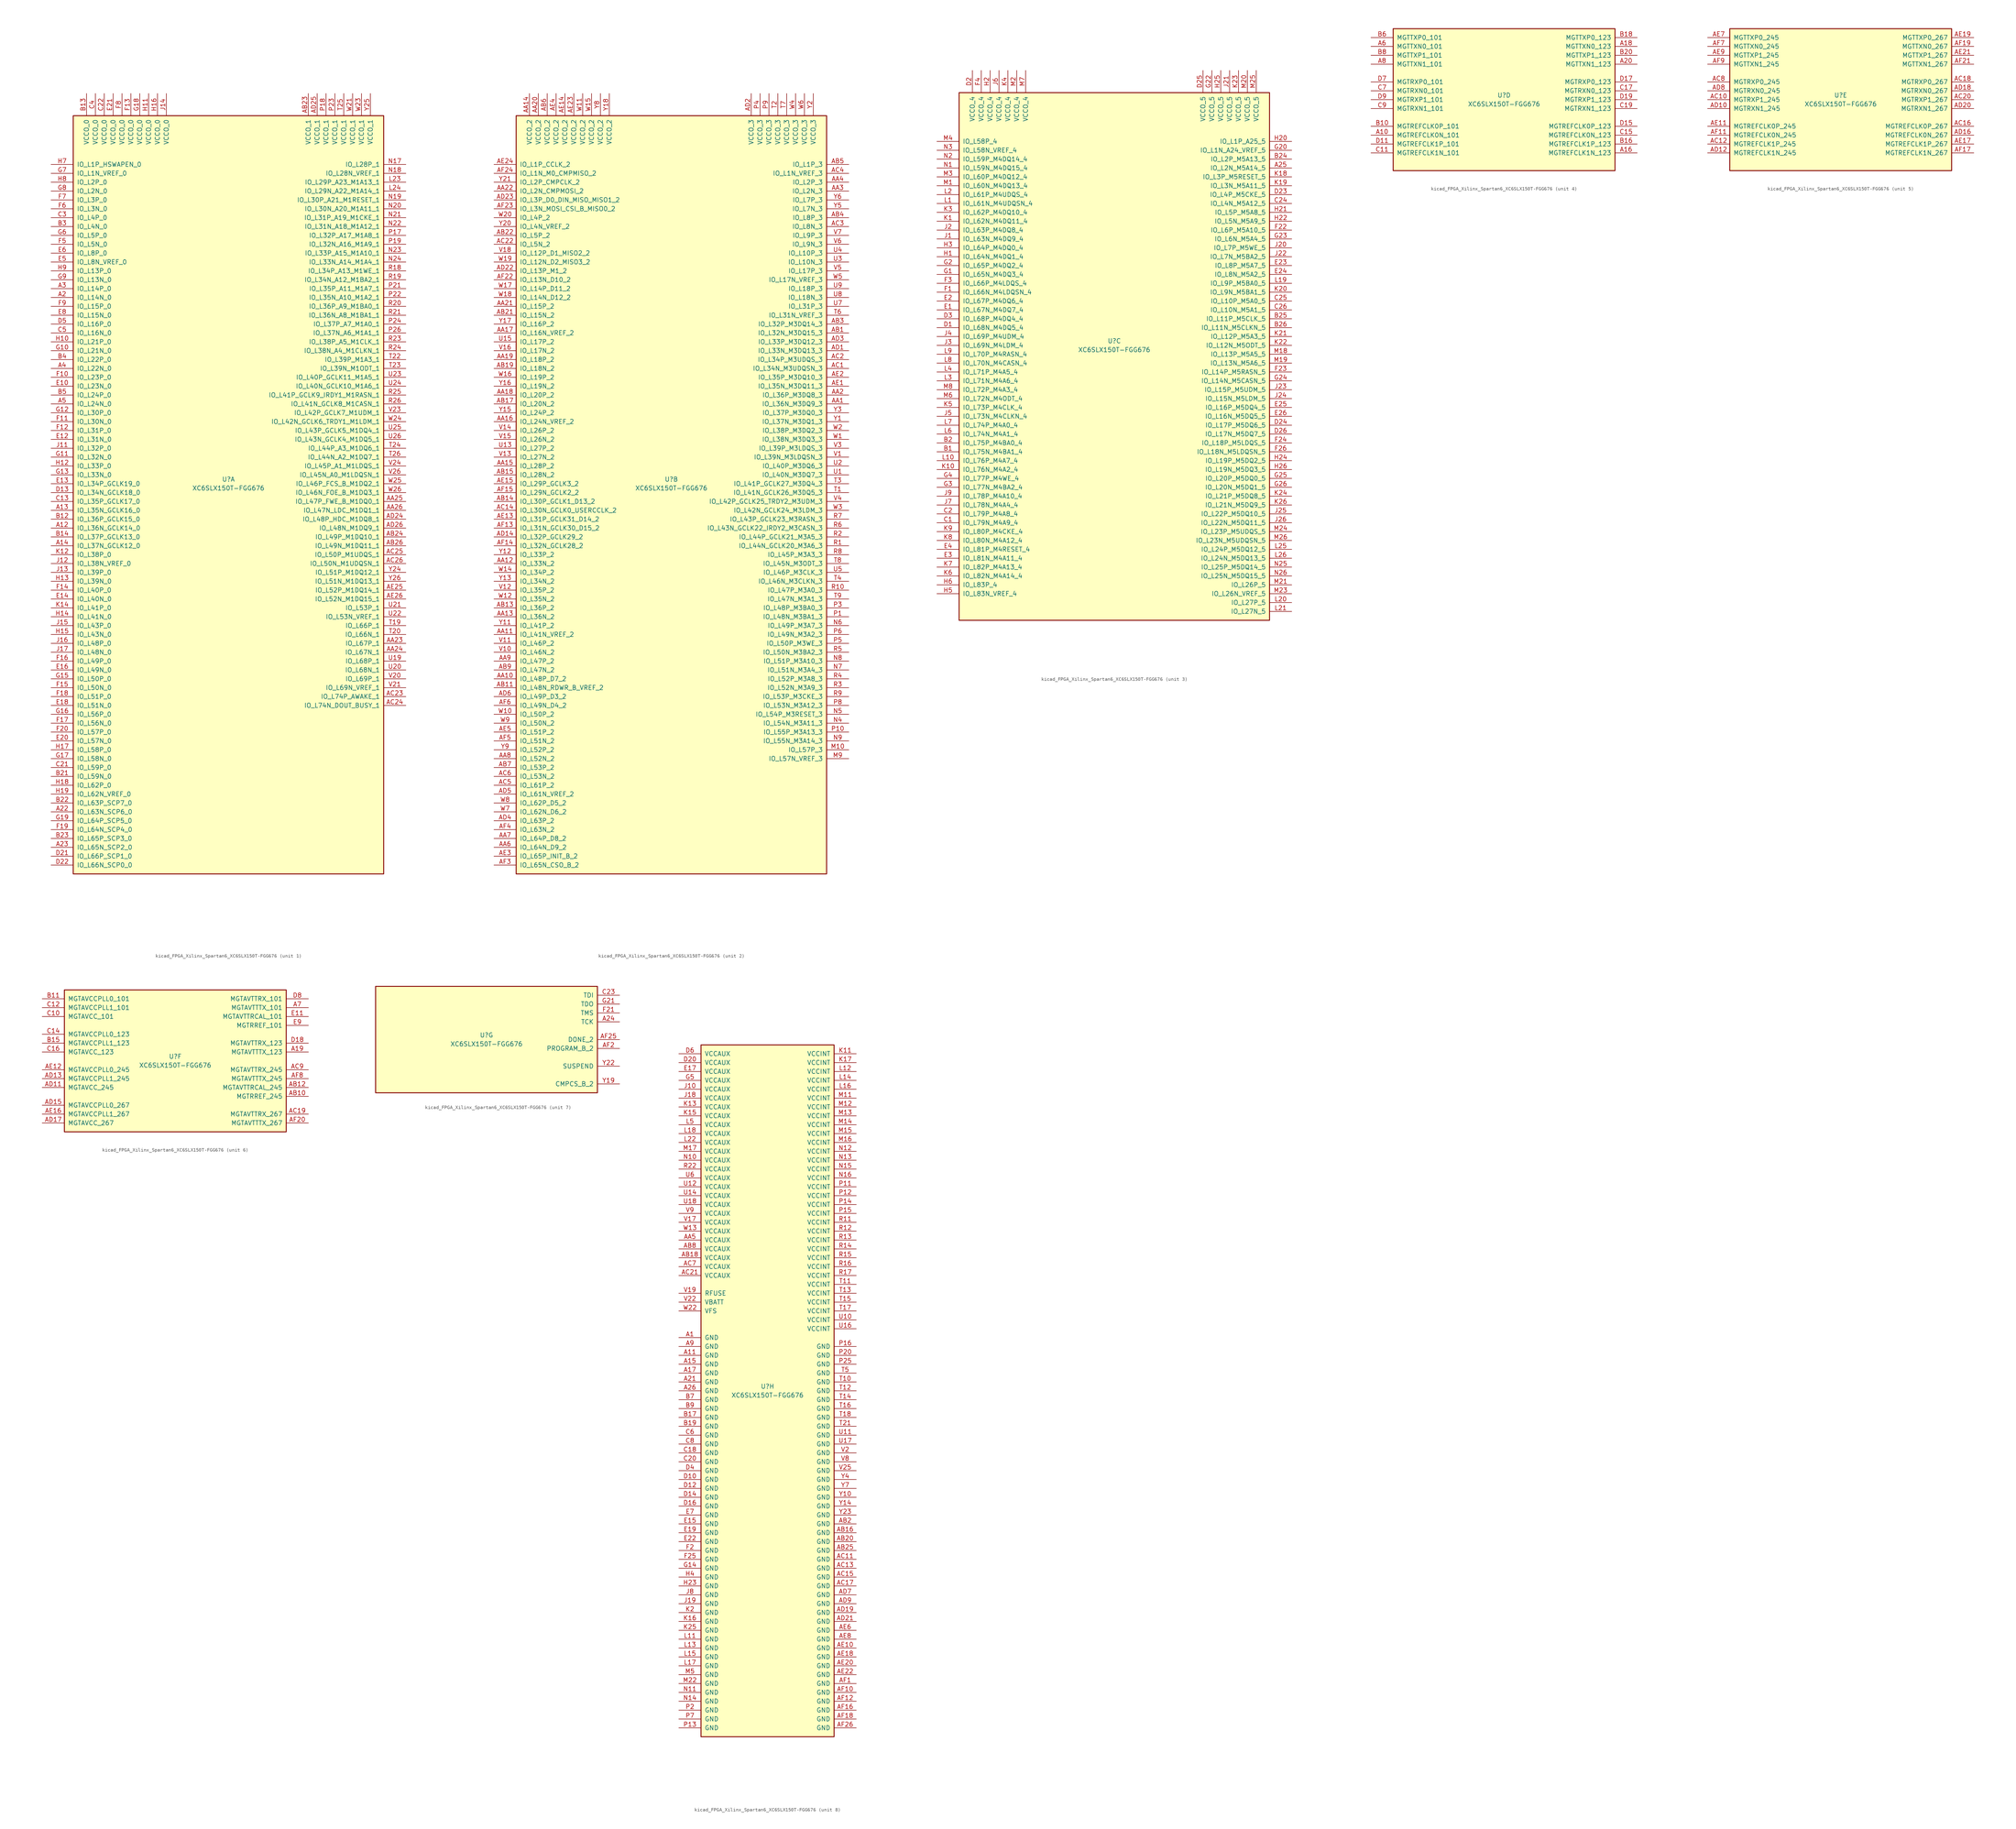
<source format=kicad_sym>
(kicad_symbol_lib
  (version 20220914)
  (generator kicad_symbol_editor)
  (symbol "kicad_FPGA_Xilinx_Spartan6_XC6SLX150T-FGG676"
    (pin_names
      (offset 1.016))
    (property "Reference" "U"
      (at 0 1.27 0)
      (effects (font (size 1.27 1.27))))
    (property "Value" "XC6SLX150T-FGG676"
      (at 0 -1.27 0)
      (effects (font (size 1.27 1.27))))
    (property "Datasheet" ""
      (at 0 0 0)
      (effects (font (size 1.27 1.27))))
    (property "ki_locked" ""
      (at 0 0 0)
      (effects (font (size 1.27 1.27))))
    (symbol "kicad_FPGA_Xilinx_Spartan6_XC6SLX150T-FGG676_1_1"
      (rectangle (start -44.45 105.41) (end 44.45 -111.76) (stroke (width 0.254) (type default)) (fill (type background)))
      (pin bidirectional line (at -50.8 -12.7 0) (length 6.35) (name "IO_L36N_GCLK14_0" (effects (font (size 1.27 1.27)))) (number "A12" (effects (font (size 1.27 1.27)))))
      (pin bidirectional line (at -50.8 -7.62 0) (length 6.35) (name "IO_L35N_GCLK16_0" (effects (font (size 1.27 1.27)))) (number "A13" (effects (font (size 1.27 1.27)))))
      (pin bidirectional line (at -50.8 -17.78 0) (length 6.35) (name "IO_L37N_GCLK12_0" (effects (font (size 1.27 1.27)))) (number "A14" (effects (font (size 1.27 1.27)))))
      (pin bidirectional line (at -50.8 53.34 0) (length 6.35) (name "IO_L14N_0" (effects (font (size 1.27 1.27)))) (number "A2" (effects (font (size 1.27 1.27)))))
      (pin bidirectional line (at -50.8 -93.98 0) (length 6.35) (name "IO_L63N_SCP6_0" (effects (font (size 1.27 1.27)))) (number "A22" (effects (font (size 1.27 1.27)))))
      (pin bidirectional line (at -50.8 -104.14 0) (length 6.35) (name "IO_L65N_SCP2_0" (effects (font (size 1.27 1.27)))) (number "A23" (effects (font (size 1.27 1.27)))))
      (pin bidirectional line (at -50.8 55.88 0) (length 6.35) (name "IO_L14P_0" (effects (font (size 1.27 1.27)))) (number "A3" (effects (font (size 1.27 1.27)))))
      (pin bidirectional line (at -50.8 33.02 0) (length 6.35) (name "IO_L22N_0" (effects (font (size 1.27 1.27)))) (number "A4" (effects (font (size 1.27 1.27)))))
      (pin bidirectional line (at -50.8 22.86 0) (length 6.35) (name "IO_L24N_0" (effects (font (size 1.27 1.27)))) (number "A5" (effects (font (size 1.27 1.27)))))
      (pin bidirectional line (at 50.8 -45.72 180) (length 6.35) (name "IO_L67P_1" (effects (font (size 1.27 1.27)))) (number "AA23" (effects (font (size 1.27 1.27)))))
      (pin bidirectional line (at 50.8 -48.26 180) (length 6.35) (name "IO_L67N_1" (effects (font (size 1.27 1.27)))) (number "AA24" (effects (font (size 1.27 1.27)))))
      (pin bidirectional line (at 50.8 -5.08 180) (length 6.35) (name "IO_L47P_FWE_B_M1DQ0_1" (effects (font (size 1.27 1.27)))) (number "AA25" (effects (font (size 1.27 1.27)))))
      (pin bidirectional line (at 50.8 -7.62 180) (length 6.35) (name "IO_L47N_LDC_M1DQ1_1" (effects (font (size 1.27 1.27)))) (number "AA26" (effects (font (size 1.27 1.27)))))
      (pin power_in line (at 22.86 111.76 270) (length 6.35) (name "VCCO_1" (effects (font (size 1.27 1.27)))) (number "AB23" (effects (font (size 1.27 1.27)))))
      (pin bidirectional line (at 50.8 -15.24 180) (length 6.35) (name "IO_L49P_M1DQ10_1" (effects (font (size 1.27 1.27)))) (number "AB24" (effects (font (size 1.27 1.27)))))
      (pin bidirectional line (at 50.8 -17.78 180) (length 6.35) (name "IO_L49N_M1DQ11_1" (effects (font (size 1.27 1.27)))) (number "AB26" (effects (font (size 1.27 1.27)))))
      (pin bidirectional line (at 50.8 -60.96 180) (length 6.35) (name "IO_L74P_AWAKE_1" (effects (font (size 1.27 1.27)))) (number "AC23" (effects (font (size 1.27 1.27)))))
      (pin bidirectional line (at 50.8 -63.5 180) (length 6.35) (name "IO_L74N_DOUT_BUSY_1" (effects (font (size 1.27 1.27)))) (number "AC24" (effects (font (size 1.27 1.27)))))
      (pin bidirectional line (at 50.8 -20.32 180) (length 6.35) (name "IO_L50P_M1UDQS_1" (effects (font (size 1.27 1.27)))) (number "AC25" (effects (font (size 1.27 1.27)))))
      (pin bidirectional line (at 50.8 -22.86 180) (length 6.35) (name "IO_L50N_M1UDQSN_1" (effects (font (size 1.27 1.27)))) (number "AC26" (effects (font (size 1.27 1.27)))))
      (pin bidirectional line (at 50.8 -10.16 180) (length 6.35) (name "IO_L48P_HDC_M1DQ8_1" (effects (font (size 1.27 1.27)))) (number "AD24" (effects (font (size 1.27 1.27)))))
      (pin power_in line (at 25.4 111.76 270) (length 6.35) (name "VCCO_1" (effects (font (size 1.27 1.27)))) (number "AD25" (effects (font (size 1.27 1.27)))))
      (pin bidirectional line (at 50.8 -12.7 180) (length 6.35) (name "IO_L48N_M1DQ9_1" (effects (font (size 1.27 1.27)))) (number "AD26" (effects (font (size 1.27 1.27)))))
      (pin bidirectional line (at 50.8 -30.48 180) (length 6.35) (name "IO_L52P_M1DQ14_1" (effects (font (size 1.27 1.27)))) (number "AE25" (effects (font (size 1.27 1.27)))))
      (pin bidirectional line (at 50.8 -33.02 180) (length 6.35) (name "IO_L52N_M1DQ15_1" (effects (font (size 1.27 1.27)))) (number "AE26" (effects (font (size 1.27 1.27)))))
      (pin bidirectional line (at -50.8 -10.16 0) (length 6.35) (name "IO_L36P_GCLK15_0" (effects (font (size 1.27 1.27)))) (number "B12" (effects (font (size 1.27 1.27)))))
      (pin power_in line (at -40.64 111.76 270) (length 6.35) (name "VCCO_0" (effects (font (size 1.27 1.27)))) (number "B13" (effects (font (size 1.27 1.27)))))
      (pin bidirectional line (at -50.8 -15.24 0) (length 6.35) (name "IO_L37P_GCLK13_0" (effects (font (size 1.27 1.27)))) (number "B14" (effects (font (size 1.27 1.27)))))
      (pin bidirectional line (at -50.8 -83.82 0) (length 6.35) (name "IO_L59N_0" (effects (font (size 1.27 1.27)))) (number "B21" (effects (font (size 1.27 1.27)))))
      (pin bidirectional line (at -50.8 -91.44 0) (length 6.35) (name "IO_L63P_SCP7_0" (effects (font (size 1.27 1.27)))) (number "B22" (effects (font (size 1.27 1.27)))))
      (pin bidirectional line (at -50.8 -101.6 0) (length 6.35) (name "IO_L65P_SCP3_0" (effects (font (size 1.27 1.27)))) (number "B23" (effects (font (size 1.27 1.27)))))
      (pin bidirectional line (at -50.8 73.66 0) (length 6.35) (name "IO_L4N_0" (effects (font (size 1.27 1.27)))) (number "B3" (effects (font (size 1.27 1.27)))))
      (pin bidirectional line (at -50.8 35.56 0) (length 6.35) (name "IO_L22P_0" (effects (font (size 1.27 1.27)))) (number "B4" (effects (font (size 1.27 1.27)))))
      (pin bidirectional line (at -50.8 25.4 0) (length 6.35) (name "IO_L24P_0" (effects (font (size 1.27 1.27)))) (number "B5" (effects (font (size 1.27 1.27)))))
      (pin bidirectional line (at -50.8 -5.08 0) (length 6.35) (name "IO_L35P_GCLK17_0" (effects (font (size 1.27 1.27)))) (number "C13" (effects (font (size 1.27 1.27)))))
      (pin bidirectional line (at -50.8 -81.28 0) (length 6.35) (name "IO_L59P_0" (effects (font (size 1.27 1.27)))) (number "C21" (effects (font (size 1.27 1.27)))))
      (pin power_in line (at -35.56 111.76 270) (length 6.35) (name "VCCO_0" (effects (font (size 1.27 1.27)))) (number "C22" (effects (font (size 1.27 1.27)))))
      (pin bidirectional line (at -50.8 76.2 0) (length 6.35) (name "IO_L4P_0" (effects (font (size 1.27 1.27)))) (number "C3" (effects (font (size 1.27 1.27)))))
      (pin power_in line (at -38.1 111.76 270) (length 6.35) (name "VCCO_0" (effects (font (size 1.27 1.27)))) (number "C4" (effects (font (size 1.27 1.27)))))
      (pin bidirectional line (at -50.8 43.18 0) (length 6.35) (name "IO_L16N_0" (effects (font (size 1.27 1.27)))) (number "C5" (effects (font (size 1.27 1.27)))))
      (pin bidirectional line (at -50.8 -2.54 0) (length 6.35) (name "IO_L34N_GCLK18_0" (effects (font (size 1.27 1.27)))) (number "D13" (effects (font (size 1.27 1.27)))))
      (pin bidirectional line (at -50.8 -106.68 0) (length 6.35) (name "IO_L66P_SCP1_0" (effects (font (size 1.27 1.27)))) (number "D21" (effects (font (size 1.27 1.27)))))
      (pin bidirectional line (at -50.8 -109.22 0) (length 6.35) (name "IO_L66N_SCP0_0" (effects (font (size 1.27 1.27)))) (number "D22" (effects (font (size 1.27 1.27)))))
      (pin bidirectional line (at -50.8 45.72 0) (length 6.35) (name "IO_L16P_0" (effects (font (size 1.27 1.27)))) (number "D5" (effects (font (size 1.27 1.27)))))
      (pin bidirectional line (at -50.8 27.94 0) (length 6.35) (name "IO_L23N_0" (effects (font (size 1.27 1.27)))) (number "E10" (effects (font (size 1.27 1.27)))))
      (pin bidirectional line (at -50.8 12.7 0) (length 6.35) (name "IO_L31N_0" (effects (font (size 1.27 1.27)))) (number "E12" (effects (font (size 1.27 1.27)))))
      (pin bidirectional line (at -50.8 0 0) (length 6.35) (name "IO_L34P_GCLK19_0" (effects (font (size 1.27 1.27)))) (number "E13" (effects (font (size 1.27 1.27)))))
      (pin bidirectional line (at -50.8 -33.02 0) (length 6.35) (name "IO_L40N_0" (effects (font (size 1.27 1.27)))) (number "E14" (effects (font (size 1.27 1.27)))))
      (pin bidirectional line (at -50.8 -53.34 0) (length 6.35) (name "IO_L49N_0" (effects (font (size 1.27 1.27)))) (number "E16" (effects (font (size 1.27 1.27)))))
      (pin bidirectional line (at -50.8 -63.5 0) (length 6.35) (name "IO_L51N_0" (effects (font (size 1.27 1.27)))) (number "E18" (effects (font (size 1.27 1.27)))))
      (pin bidirectional line (at -50.8 -73.66 0) (length 6.35) (name "IO_L57N_0" (effects (font (size 1.27 1.27)))) (number "E20" (effects (font (size 1.27 1.27)))))
      (pin power_in line (at -33.02 111.76 270) (length 6.35) (name "VCCO_0" (effects (font (size 1.27 1.27)))) (number "E21" (effects (font (size 1.27 1.27)))))
      (pin bidirectional line (at -50.8 63.5 0) (length 6.35) (name "IO_L8N_VREF_0" (effects (font (size 1.27 1.27)))) (number "E5" (effects (font (size 1.27 1.27)))))
      (pin bidirectional line (at -50.8 66.04 0) (length 6.35) (name "IO_L8P_0" (effects (font (size 1.27 1.27)))) (number "E6" (effects (font (size 1.27 1.27)))))
      (pin bidirectional line (at -50.8 48.26 0) (length 6.35) (name "IO_L15N_0" (effects (font (size 1.27 1.27)))) (number "E8" (effects (font (size 1.27 1.27)))))
      (pin bidirectional line (at -50.8 30.48 0) (length 6.35) (name "IO_L23P_0" (effects (font (size 1.27 1.27)))) (number "F10" (effects (font (size 1.27 1.27)))))
      (pin bidirectional line (at -50.8 17.78 0) (length 6.35) (name "IO_L30N_0" (effects (font (size 1.27 1.27)))) (number "F11" (effects (font (size 1.27 1.27)))))
      (pin bidirectional line (at -50.8 15.24 0) (length 6.35) (name "IO_L31P_0" (effects (font (size 1.27 1.27)))) (number "F12" (effects (font (size 1.27 1.27)))))
      (pin power_in line (at -27.94 111.76 270) (length 6.35) (name "VCCO_0" (effects (font (size 1.27 1.27)))) (number "F13" (effects (font (size 1.27 1.27)))))
      (pin bidirectional line (at -50.8 -30.48 0) (length 6.35) (name "IO_L40P_0" (effects (font (size 1.27 1.27)))) (number "F14" (effects (font (size 1.27 1.27)))))
      (pin bidirectional line (at -50.8 -58.42 0) (length 6.35) (name "IO_L50N_0" (effects (font (size 1.27 1.27)))) (number "F15" (effects (font (size 1.27 1.27)))))
      (pin bidirectional line (at -50.8 -50.8 0) (length 6.35) (name "IO_L49P_0" (effects (font (size 1.27 1.27)))) (number "F16" (effects (font (size 1.27 1.27)))))
      (pin bidirectional line (at -50.8 -68.58 0) (length 6.35) (name "IO_L56N_0" (effects (font (size 1.27 1.27)))) (number "F17" (effects (font (size 1.27 1.27)))))
      (pin bidirectional line (at -50.8 -60.96 0) (length 6.35) (name "IO_L51P_0" (effects (font (size 1.27 1.27)))) (number "F18" (effects (font (size 1.27 1.27)))))
      (pin bidirectional line (at -50.8 -99.06 0) (length 6.35) (name "IO_L64N_SCP4_0" (effects (font (size 1.27 1.27)))) (number "F19" (effects (font (size 1.27 1.27)))))
      (pin bidirectional line (at -50.8 -71.12 0) (length 6.35) (name "IO_L57P_0" (effects (font (size 1.27 1.27)))) (number "F20" (effects (font (size 1.27 1.27)))))
      (pin bidirectional line (at -50.8 68.58 0) (length 6.35) (name "IO_L5N_0" (effects (font (size 1.27 1.27)))) (number "F5" (effects (font (size 1.27 1.27)))))
      (pin bidirectional line (at -50.8 78.74 0) (length 6.35) (name "IO_L3N_0" (effects (font (size 1.27 1.27)))) (number "F6" (effects (font (size 1.27 1.27)))))
      (pin bidirectional line (at -50.8 81.28 0) (length 6.35) (name "IO_L3P_0" (effects (font (size 1.27 1.27)))) (number "F7" (effects (font (size 1.27 1.27)))))
      (pin power_in line (at -30.48 111.76 270) (length 6.35) (name "VCCO_0" (effects (font (size 1.27 1.27)))) (number "F8" (effects (font (size 1.27 1.27)))))
      (pin bidirectional line (at -50.8 50.8 0) (length 6.35) (name "IO_L15P_0" (effects (font (size 1.27 1.27)))) (number "F9" (effects (font (size 1.27 1.27)))))
      (pin bidirectional line (at -50.8 38.1 0) (length 6.35) (name "IO_L21N_0" (effects (font (size 1.27 1.27)))) (number "G10" (effects (font (size 1.27 1.27)))))
      (pin bidirectional line (at -50.8 7.62 0) (length 6.35) (name "IO_L32N_0" (effects (font (size 1.27 1.27)))) (number "G11" (effects (font (size 1.27 1.27)))))
      (pin bidirectional line (at -50.8 20.32 0) (length 6.35) (name "IO_L30P_0" (effects (font (size 1.27 1.27)))) (number "G12" (effects (font (size 1.27 1.27)))))
      (pin bidirectional line (at -50.8 2.54 0) (length 6.35) (name "IO_L33N_0" (effects (font (size 1.27 1.27)))) (number "G13" (effects (font (size 1.27 1.27)))))
      (pin bidirectional line (at -50.8 -55.88 0) (length 6.35) (name "IO_L50P_0" (effects (font (size 1.27 1.27)))) (number "G15" (effects (font (size 1.27 1.27)))))
      (pin bidirectional line (at -50.8 -66.04 0) (length 6.35) (name "IO_L56P_0" (effects (font (size 1.27 1.27)))) (number "G16" (effects (font (size 1.27 1.27)))))
      (pin bidirectional line (at -50.8 -78.74 0) (length 6.35) (name "IO_L58N_0" (effects (font (size 1.27 1.27)))) (number "G17" (effects (font (size 1.27 1.27)))))
      (pin power_in line (at -25.4 111.76 270) (length 6.35) (name "VCCO_0" (effects (font (size 1.27 1.27)))) (number "G18" (effects (font (size 1.27 1.27)))))
      (pin bidirectional line (at -50.8 -96.52 0) (length 6.35) (name "IO_L64P_SCP5_0" (effects (font (size 1.27 1.27)))) (number "G19" (effects (font (size 1.27 1.27)))))
      (pin bidirectional line (at -50.8 71.12 0) (length 6.35) (name "IO_L5P_0" (effects (font (size 1.27 1.27)))) (number "G6" (effects (font (size 1.27 1.27)))))
      (pin bidirectional line (at -50.8 88.9 0) (length 6.35) (name "IO_L1N_VREF_0" (effects (font (size 1.27 1.27)))) (number "G7" (effects (font (size 1.27 1.27)))))
      (pin bidirectional line (at -50.8 83.82 0) (length 6.35) (name "IO_L2N_0" (effects (font (size 1.27 1.27)))) (number "G8" (effects (font (size 1.27 1.27)))))
      (pin bidirectional line (at -50.8 58.42 0) (length 6.35) (name "IO_L13N_0" (effects (font (size 1.27 1.27)))) (number "G9" (effects (font (size 1.27 1.27)))))
      (pin bidirectional line (at -50.8 40.64 0) (length 6.35) (name "IO_L21P_0" (effects (font (size 1.27 1.27)))) (number "H10" (effects (font (size 1.27 1.27)))))
      (pin power_in line (at -22.86 111.76 270) (length 6.35) (name "VCCO_0" (effects (font (size 1.27 1.27)))) (number "H11" (effects (font (size 1.27 1.27)))))
      (pin bidirectional line (at -50.8 5.08 0) (length 6.35) (name "IO_L33P_0" (effects (font (size 1.27 1.27)))) (number "H12" (effects (font (size 1.27 1.27)))))
      (pin bidirectional line (at -50.8 -27.94 0) (length 6.35) (name "IO_L39N_0" (effects (font (size 1.27 1.27)))) (number "H13" (effects (font (size 1.27 1.27)))))
      (pin bidirectional line (at -50.8 -38.1 0) (length 6.35) (name "IO_L41N_0" (effects (font (size 1.27 1.27)))) (number "H14" (effects (font (size 1.27 1.27)))))
      (pin bidirectional line (at -50.8 -43.18 0) (length 6.35) (name "IO_L43N_0" (effects (font (size 1.27 1.27)))) (number "H15" (effects (font (size 1.27 1.27)))))
      (pin power_in line (at -20.32 111.76 270) (length 6.35) (name "VCCO_0" (effects (font (size 1.27 1.27)))) (number "H16" (effects (font (size 1.27 1.27)))))
      (pin bidirectional line (at -50.8 -76.2 0) (length 6.35) (name "IO_L58P_0" (effects (font (size 1.27 1.27)))) (number "H17" (effects (font (size 1.27 1.27)))))
      (pin bidirectional line (at -50.8 -86.36 0) (length 6.35) (name "IO_L62P_0" (effects (font (size 1.27 1.27)))) (number "H18" (effects (font (size 1.27 1.27)))))
      (pin bidirectional line (at -50.8 -88.9 0) (length 6.35) (name "IO_L62N_VREF_0" (effects (font (size 1.27 1.27)))) (number "H19" (effects (font (size 1.27 1.27)))))
      (pin bidirectional line (at -50.8 91.44 0) (length 6.35) (name "IO_L1P_HSWAPEN_0" (effects (font (size 1.27 1.27)))) (number "H7" (effects (font (size 1.27 1.27)))))
      (pin bidirectional line (at -50.8 86.36 0) (length 6.35) (name "IO_L2P_0" (effects (font (size 1.27 1.27)))) (number "H8" (effects (font (size 1.27 1.27)))))
      (pin bidirectional line (at -50.8 60.96 0) (length 6.35) (name "IO_L13P_0" (effects (font (size 1.27 1.27)))) (number "H9" (effects (font (size 1.27 1.27)))))
      (pin bidirectional line (at -50.8 10.16 0) (length 6.35) (name "IO_L32P_0" (effects (font (size 1.27 1.27)))) (number "J11" (effects (font (size 1.27 1.27)))))
      (pin bidirectional line (at -50.8 -22.86 0) (length 6.35) (name "IO_L38N_VREF_0" (effects (font (size 1.27 1.27)))) (number "J12" (effects (font (size 1.27 1.27)))))
      (pin bidirectional line (at -50.8 -25.4 0) (length 6.35) (name "IO_L39P_0" (effects (font (size 1.27 1.27)))) (number "J13" (effects (font (size 1.27 1.27)))))
      (pin power_in line (at -17.78 111.76 270) (length 6.35) (name "VCCO_0" (effects (font (size 1.27 1.27)))) (number "J14" (effects (font (size 1.27 1.27)))))
      (pin bidirectional line (at -50.8 -40.64 0) (length 6.35) (name "IO_L43P_0" (effects (font (size 1.27 1.27)))) (number "J15" (effects (font (size 1.27 1.27)))))
      (pin bidirectional line (at -50.8 -45.72 0) (length 6.35) (name "IO_L48P_0" (effects (font (size 1.27 1.27)))) (number "J16" (effects (font (size 1.27 1.27)))))
      (pin bidirectional line (at -50.8 -48.26 0) (length 6.35) (name "IO_L48N_0" (effects (font (size 1.27 1.27)))) (number "J17" (effects (font (size 1.27 1.27)))))
      (pin bidirectional line (at -50.8 -20.32 0) (length 6.35) (name "IO_L38P_0" (effects (font (size 1.27 1.27)))) (number "K12" (effects (font (size 1.27 1.27)))))
      (pin bidirectional line (at -50.8 -35.56 0) (length 6.35) (name "IO_L41P_0" (effects (font (size 1.27 1.27)))) (number "K14" (effects (font (size 1.27 1.27)))))
      (pin bidirectional line (at 50.8 86.36 180) (length 6.35) (name "IO_L29P_A23_M1A13_1" (effects (font (size 1.27 1.27)))) (number "L23" (effects (font (size 1.27 1.27)))))
      (pin bidirectional line (at 50.8 83.82 180) (length 6.35) (name "IO_L29N_A22_M1A14_1" (effects (font (size 1.27 1.27)))) (number "L24" (effects (font (size 1.27 1.27)))))
      (pin bidirectional line (at 50.8 91.44 180) (length 6.35) (name "IO_L28P_1" (effects (font (size 1.27 1.27)))) (number "N17" (effects (font (size 1.27 1.27)))))
      (pin bidirectional line (at 50.8 88.9 180) (length 6.35) (name "IO_L28N_VREF_1" (effects (font (size 1.27 1.27)))) (number "N18" (effects (font (size 1.27 1.27)))))
      (pin bidirectional line (at 50.8 81.28 180) (length 6.35) (name "IO_L30P_A21_M1RESET_1" (effects (font (size 1.27 1.27)))) (number "N19" (effects (font (size 1.27 1.27)))))
      (pin bidirectional line (at 50.8 78.74 180) (length 6.35) (name "IO_L30N_A20_M1A11_1" (effects (font (size 1.27 1.27)))) (number "N20" (effects (font (size 1.27 1.27)))))
      (pin bidirectional line (at 50.8 76.2 180) (length 6.35) (name "IO_L31P_A19_M1CKE_1" (effects (font (size 1.27 1.27)))) (number "N21" (effects (font (size 1.27 1.27)))))
      (pin bidirectional line (at 50.8 73.66 180) (length 6.35) (name "IO_L31N_A18_M1A12_1" (effects (font (size 1.27 1.27)))) (number "N22" (effects (font (size 1.27 1.27)))))
      (pin bidirectional line (at 50.8 66.04 180) (length 6.35) (name "IO_L33P_A15_M1A10_1" (effects (font (size 1.27 1.27)))) (number "N23" (effects (font (size 1.27 1.27)))))
      (pin bidirectional line (at 50.8 63.5 180) (length 6.35) (name "IO_L33N_A14_M1A4_1" (effects (font (size 1.27 1.27)))) (number "N24" (effects (font (size 1.27 1.27)))))
      (pin bidirectional line (at 50.8 71.12 180) (length 6.35) (name "IO_L32P_A17_M1A8_1" (effects (font (size 1.27 1.27)))) (number "P17" (effects (font (size 1.27 1.27)))))
      (pin power_in line (at 27.94 111.76 270) (length 6.35) (name "VCCO_1" (effects (font (size 1.27 1.27)))) (number "P18" (effects (font (size 1.27 1.27)))))
      (pin bidirectional line (at 50.8 68.58 180) (length 6.35) (name "IO_L32N_A16_M1A9_1" (effects (font (size 1.27 1.27)))) (number "P19" (effects (font (size 1.27 1.27)))))
      (pin bidirectional line (at 50.8 55.88 180) (length 6.35) (name "IO_L35P_A11_M1A7_1" (effects (font (size 1.27 1.27)))) (number "P21" (effects (font (size 1.27 1.27)))))
      (pin bidirectional line (at 50.8 53.34 180) (length 6.35) (name "IO_L35N_A10_M1A2_1" (effects (font (size 1.27 1.27)))) (number "P22" (effects (font (size 1.27 1.27)))))
      (pin power_in line (at 30.48 111.76 270) (length 6.35) (name "VCCO_1" (effects (font (size 1.27 1.27)))) (number "P23" (effects (font (size 1.27 1.27)))))
      (pin bidirectional line (at 50.8 45.72 180) (length 6.35) (name "IO_L37P_A7_M1A0_1" (effects (font (size 1.27 1.27)))) (number "P24" (effects (font (size 1.27 1.27)))))
      (pin bidirectional line (at 50.8 43.18 180) (length 6.35) (name "IO_L37N_A6_M1A1_1" (effects (font (size 1.27 1.27)))) (number "P26" (effects (font (size 1.27 1.27)))))
      (pin bidirectional line (at 50.8 60.96 180) (length 6.35) (name "IO_L34P_A13_M1WE_1" (effects (font (size 1.27 1.27)))) (number "R18" (effects (font (size 1.27 1.27)))))
      (pin bidirectional line (at 50.8 58.42 180) (length 6.35) (name "IO_L34N_A12_M1BA2_1" (effects (font (size 1.27 1.27)))) (number "R19" (effects (font (size 1.27 1.27)))))
      (pin bidirectional line (at 50.8 50.8 180) (length 6.35) (name "IO_L36P_A9_M1BA0_1" (effects (font (size 1.27 1.27)))) (number "R20" (effects (font (size 1.27 1.27)))))
      (pin bidirectional line (at 50.8 48.26 180) (length 6.35) (name "IO_L36N_A8_M1BA1_1" (effects (font (size 1.27 1.27)))) (number "R21" (effects (font (size 1.27 1.27)))))
      (pin bidirectional line (at 50.8 40.64 180) (length 6.35) (name "IO_L38P_A5_M1CLK_1" (effects (font (size 1.27 1.27)))) (number "R23" (effects (font (size 1.27 1.27)))))
      (pin bidirectional line (at 50.8 38.1 180) (length 6.35) (name "IO_L38N_A4_M1CLKN_1" (effects (font (size 1.27 1.27)))) (number "R24" (effects (font (size 1.27 1.27)))))
      (pin bidirectional line (at 50.8 25.4 180) (length 6.35) (name "IO_L41P_GCLK9_IRDY1_M1RASN_1" (effects (font (size 1.27 1.27)))) (number "R25" (effects (font (size 1.27 1.27)))))
      (pin bidirectional line (at 50.8 22.86 180) (length 6.35) (name "IO_L41N_GCLK8_M1CASN_1" (effects (font (size 1.27 1.27)))) (number "R26" (effects (font (size 1.27 1.27)))))
      (pin bidirectional line (at 50.8 -40.64 180) (length 6.35) (name "IO_L66P_1" (effects (font (size 1.27 1.27)))) (number "T19" (effects (font (size 1.27 1.27)))))
      (pin bidirectional line (at 50.8 -43.18 180) (length 6.35) (name "IO_L66N_1" (effects (font (size 1.27 1.27)))) (number "T20" (effects (font (size 1.27 1.27)))))
      (pin bidirectional line (at 50.8 35.56 180) (length 6.35) (name "IO_L39P_M1A3_1" (effects (font (size 1.27 1.27)))) (number "T22" (effects (font (size 1.27 1.27)))))
      (pin bidirectional line (at 50.8 33.02 180) (length 6.35) (name "IO_L39N_M1ODT_1" (effects (font (size 1.27 1.27)))) (number "T23" (effects (font (size 1.27 1.27)))))
      (pin bidirectional line (at 50.8 10.16 180) (length 6.35) (name "IO_L44P_A3_M1DQ6_1" (effects (font (size 1.27 1.27)))) (number "T24" (effects (font (size 1.27 1.27)))))
      (pin power_in line (at 33.02 111.76 270) (length 6.35) (name "VCCO_1" (effects (font (size 1.27 1.27)))) (number "T25" (effects (font (size 1.27 1.27)))))
      (pin bidirectional line (at 50.8 7.62 180) (length 6.35) (name "IO_L44N_A2_M1DQ7_1" (effects (font (size 1.27 1.27)))) (number "T26" (effects (font (size 1.27 1.27)))))
      (pin bidirectional line (at 50.8 -50.8 180) (length 6.35) (name "IO_L68P_1" (effects (font (size 1.27 1.27)))) (number "U19" (effects (font (size 1.27 1.27)))))
      (pin bidirectional line (at 50.8 -53.34 180) (length 6.35) (name "IO_L68N_1" (effects (font (size 1.27 1.27)))) (number "U20" (effects (font (size 1.27 1.27)))))
      (pin bidirectional line (at 50.8 -35.56 180) (length 6.35) (name "IO_L53P_1" (effects (font (size 1.27 1.27)))) (number "U21" (effects (font (size 1.27 1.27)))))
      (pin bidirectional line (at 50.8 -38.1 180) (length 6.35) (name "IO_L53N_VREF_1" (effects (font (size 1.27 1.27)))) (number "U22" (effects (font (size 1.27 1.27)))))
      (pin bidirectional line (at 50.8 30.48 180) (length 6.35) (name "IO_L40P_GCLK11_M1A5_1" (effects (font (size 1.27 1.27)))) (number "U23" (effects (font (size 1.27 1.27)))))
      (pin bidirectional line (at 50.8 27.94 180) (length 6.35) (name "IO_L40N_GCLK10_M1A6_1" (effects (font (size 1.27 1.27)))) (number "U24" (effects (font (size 1.27 1.27)))))
      (pin bidirectional line (at 50.8 15.24 180) (length 6.35) (name "IO_L43P_GCLK5_M1DQ4_1" (effects (font (size 1.27 1.27)))) (number "U25" (effects (font (size 1.27 1.27)))))
      (pin bidirectional line (at 50.8 12.7 180) (length 6.35) (name "IO_L43N_GCLK4_M1DQ5_1" (effects (font (size 1.27 1.27)))) (number "U26" (effects (font (size 1.27 1.27)))))
      (pin bidirectional line (at 50.8 -55.88 180) (length 6.35) (name "IO_L69P_1" (effects (font (size 1.27 1.27)))) (number "V20" (effects (font (size 1.27 1.27)))))
      (pin bidirectional line (at 50.8 -58.42 180) (length 6.35) (name "IO_L69N_VREF_1" (effects (font (size 1.27 1.27)))) (number "V21" (effects (font (size 1.27 1.27)))))
      (pin bidirectional line (at 50.8 20.32 180) (length 6.35) (name "IO_L42P_GCLK7_M1UDM_1" (effects (font (size 1.27 1.27)))) (number "V23" (effects (font (size 1.27 1.27)))))
      (pin bidirectional line (at 50.8 5.08 180) (length 6.35) (name "IO_L45P_A1_M1LDQS_1" (effects (font (size 1.27 1.27)))) (number "V24" (effects (font (size 1.27 1.27)))))
      (pin bidirectional line (at 50.8 2.54 180) (length 6.35) (name "IO_L45N_A0_M1LDQSN_1" (effects (font (size 1.27 1.27)))) (number "V26" (effects (font (size 1.27 1.27)))))
      (pin power_in line (at 35.56 111.76 270) (length 6.35) (name "VCCO_1" (effects (font (size 1.27 1.27)))) (number "W21" (effects (font (size 1.27 1.27)))))
      (pin power_in line (at 38.1 111.76 270) (length 6.35) (name "VCCO_1" (effects (font (size 1.27 1.27)))) (number "W23" (effects (font (size 1.27 1.27)))))
      (pin bidirectional line (at 50.8 17.78 180) (length 6.35) (name "IO_L42N_GCLK6_TRDY1_M1LDM_1" (effects (font (size 1.27 1.27)))) (number "W24" (effects (font (size 1.27 1.27)))))
      (pin bidirectional line (at 50.8 0 180) (length 6.35) (name "IO_L46P_FCS_B_M1DQ2_1" (effects (font (size 1.27 1.27)))) (number "W25" (effects (font (size 1.27 1.27)))))
      (pin bidirectional line (at 50.8 -2.54 180) (length 6.35) (name "IO_L46N_FOE_B_M1DQ3_1" (effects (font (size 1.27 1.27)))) (number "W26" (effects (font (size 1.27 1.27)))))
      (pin bidirectional line (at 50.8 -25.4 180) (length 6.35) (name "IO_L51P_M1DQ12_1" (effects (font (size 1.27 1.27)))) (number "Y24" (effects (font (size 1.27 1.27)))))
      (pin power_in line (at 40.64 111.76 270) (length 6.35) (name "VCCO_1" (effects (font (size 1.27 1.27)))) (number "Y25" (effects (font (size 1.27 1.27)))))
      (pin bidirectional line (at 50.8 -27.94 180) (length 6.35) (name "IO_L51N_M1DQ13_1" (effects (font (size 1.27 1.27)))) (number "Y26" (effects (font (size 1.27 1.27))))))
    (symbol "kicad_FPGA_Xilinx_Spartan6_XC6SLX150T-FGG676_2_1"
      (rectangle (start -44.45 105.41) (end 44.45 -111.76) (stroke (width 0.254) (type default)) (fill (type background)))
      (pin bidirectional line (at 50.8 22.86 180) (length 6.35) (name "IO_L36N_M3DQ9_3" (effects (font (size 1.27 1.27)))) (number "AA1" (effects (font (size 1.27 1.27)))))
      (pin bidirectional line (at -50.8 -55.88 0) (length 6.35) (name "IO_L48P_D7_2" (effects (font (size 1.27 1.27)))) (number "AA10" (effects (font (size 1.27 1.27)))))
      (pin bidirectional line (at -50.8 -43.18 0) (length 6.35) (name "IO_L41N_VREF_2" (effects (font (size 1.27 1.27)))) (number "AA11" (effects (font (size 1.27 1.27)))))
      (pin bidirectional line (at -50.8 -22.86 0) (length 6.35) (name "IO_L33N_2" (effects (font (size 1.27 1.27)))) (number "AA12" (effects (font (size 1.27 1.27)))))
      (pin bidirectional line (at -50.8 -38.1 0) (length 6.35) (name "IO_L36N_2" (effects (font (size 1.27 1.27)))) (number "AA13" (effects (font (size 1.27 1.27)))))
      (pin power_in line (at -40.64 111.76 270) (length 6.35) (name "VCCO_2" (effects (font (size 1.27 1.27)))) (number "AA14" (effects (font (size 1.27 1.27)))))
      (pin bidirectional line (at -50.8 5.08 0) (length 6.35) (name "IO_L28P_2" (effects (font (size 1.27 1.27)))) (number "AA15" (effects (font (size 1.27 1.27)))))
      (pin bidirectional line (at -50.8 17.78 0) (length 6.35) (name "IO_L24N_VREF_2" (effects (font (size 1.27 1.27)))) (number "AA16" (effects (font (size 1.27 1.27)))))
      (pin bidirectional line (at -50.8 43.18 0) (length 6.35) (name "IO_L16N_VREF_2" (effects (font (size 1.27 1.27)))) (number "AA17" (effects (font (size 1.27 1.27)))))
      (pin bidirectional line (at -50.8 25.4 0) (length 6.35) (name "IO_L20P_2" (effects (font (size 1.27 1.27)))) (number "AA18" (effects (font (size 1.27 1.27)))))
      (pin bidirectional line (at -50.8 35.56 0) (length 6.35) (name "IO_L18P_2" (effects (font (size 1.27 1.27)))) (number "AA19" (effects (font (size 1.27 1.27)))))
      (pin bidirectional line (at 50.8 25.4 180) (length 6.35) (name "IO_L36P_M3DQ8_3" (effects (font (size 1.27 1.27)))) (number "AA2" (effects (font (size 1.27 1.27)))))
      (pin power_in line (at -38.1 111.76 270) (length 6.35) (name "VCCO_2" (effects (font (size 1.27 1.27)))) (number "AA20" (effects (font (size 1.27 1.27)))))
      (pin bidirectional line (at -50.8 50.8 0) (length 6.35) (name "IO_L15P_2" (effects (font (size 1.27 1.27)))) (number "AA21" (effects (font (size 1.27 1.27)))))
      (pin bidirectional line (at -50.8 83.82 0) (length 6.35) (name "IO_L2N_CMPMOSI_2" (effects (font (size 1.27 1.27)))) (number "AA22" (effects (font (size 1.27 1.27)))))
      (pin bidirectional line (at 50.8 83.82 180) (length 6.35) (name "IO_L2N_3" (effects (font (size 1.27 1.27)))) (number "AA3" (effects (font (size 1.27 1.27)))))
      (pin bidirectional line (at 50.8 86.36 180) (length 6.35) (name "IO_L2P_3" (effects (font (size 1.27 1.27)))) (number "AA4" (effects (font (size 1.27 1.27)))))
      (pin bidirectional line (at -50.8 -104.14 0) (length 6.35) (name "IO_L64N_D9_2" (effects (font (size 1.27 1.27)))) (number "AA6" (effects (font (size 1.27 1.27)))))
      (pin bidirectional line (at -50.8 -101.6 0) (length 6.35) (name "IO_L64P_D8_2" (effects (font (size 1.27 1.27)))) (number "AA7" (effects (font (size 1.27 1.27)))))
      (pin bidirectional line (at -50.8 -78.74 0) (length 6.35) (name "IO_L52N_2" (effects (font (size 1.27 1.27)))) (number "AA8" (effects (font (size 1.27 1.27)))))
      (pin bidirectional line (at -50.8 -50.8 0) (length 6.35) (name "IO_L47P_2" (effects (font (size 1.27 1.27)))) (number "AA9" (effects (font (size 1.27 1.27)))))
      (pin bidirectional line (at 50.8 43.18 180) (length 6.35) (name "IO_L32N_M3DQ15_3" (effects (font (size 1.27 1.27)))) (number "AB1" (effects (font (size 1.27 1.27)))))
      (pin bidirectional line (at -50.8 -58.42 0) (length 6.35) (name "IO_L48N_RDWR_B_VREF_2" (effects (font (size 1.27 1.27)))) (number "AB11" (effects (font (size 1.27 1.27)))))
      (pin bidirectional line (at -50.8 -35.56 0) (length 6.35) (name "IO_L36P_2" (effects (font (size 1.27 1.27)))) (number "AB13" (effects (font (size 1.27 1.27)))))
      (pin bidirectional line (at -50.8 -5.08 0) (length 6.35) (name "IO_L30P_GCLK1_D13_2" (effects (font (size 1.27 1.27)))) (number "AB14" (effects (font (size 1.27 1.27)))))
      (pin bidirectional line (at -50.8 2.54 0) (length 6.35) (name "IO_L28N_2" (effects (font (size 1.27 1.27)))) (number "AB15" (effects (font (size 1.27 1.27)))))
      (pin bidirectional line (at -50.8 22.86 0) (length 6.35) (name "IO_L20N_2" (effects (font (size 1.27 1.27)))) (number "AB17" (effects (font (size 1.27 1.27)))))
      (pin bidirectional line (at -50.8 33.02 0) (length 6.35) (name "IO_L18N_2" (effects (font (size 1.27 1.27)))) (number "AB19" (effects (font (size 1.27 1.27)))))
      (pin bidirectional line (at -50.8 48.26 0) (length 6.35) (name "IO_L15N_2" (effects (font (size 1.27 1.27)))) (number "AB21" (effects (font (size 1.27 1.27)))))
      (pin bidirectional line (at -50.8 71.12 0) (length 6.35) (name "IO_L5P_2" (effects (font (size 1.27 1.27)))) (number "AB22" (effects (font (size 1.27 1.27)))))
      (pin bidirectional line (at 50.8 45.72 180) (length 6.35) (name "IO_L32P_M3DQ14_3" (effects (font (size 1.27 1.27)))) (number "AB3" (effects (font (size 1.27 1.27)))))
      (pin bidirectional line (at 50.8 76.2 180) (length 6.35) (name "IO_L8P_3" (effects (font (size 1.27 1.27)))) (number "AB4" (effects (font (size 1.27 1.27)))))
      (pin bidirectional line (at 50.8 91.44 180) (length 6.35) (name "IO_L1P_3" (effects (font (size 1.27 1.27)))) (number "AB5" (effects (font (size 1.27 1.27)))))
      (pin power_in line (at -35.56 111.76 270) (length 6.35) (name "VCCO_2" (effects (font (size 1.27 1.27)))) (number "AB6" (effects (font (size 1.27 1.27)))))
      (pin bidirectional line (at -50.8 -81.28 0) (length 6.35) (name "IO_L53P_2" (effects (font (size 1.27 1.27)))) (number "AB7" (effects (font (size 1.27 1.27)))))
      (pin bidirectional line (at -50.8 -53.34 0) (length 6.35) (name "IO_L47N_2" (effects (font (size 1.27 1.27)))) (number "AB9" (effects (font (size 1.27 1.27)))))
      (pin bidirectional line (at 50.8 33.02 180) (length 6.35) (name "IO_L34N_M3UDQSN_3" (effects (font (size 1.27 1.27)))) (number "AC1" (effects (font (size 1.27 1.27)))))
      (pin bidirectional line (at -50.8 -7.62 0) (length 6.35) (name "IO_L30N_GCLK0_USERCCLK_2" (effects (font (size 1.27 1.27)))) (number "AC14" (effects (font (size 1.27 1.27)))))
      (pin bidirectional line (at 50.8 35.56 180) (length 6.35) (name "IO_L34P_M3UDQS_3" (effects (font (size 1.27 1.27)))) (number "AC2" (effects (font (size 1.27 1.27)))))
      (pin bidirectional line (at -50.8 68.58 0) (length 6.35) (name "IO_L5N_2" (effects (font (size 1.27 1.27)))) (number "AC22" (effects (font (size 1.27 1.27)))))
      (pin bidirectional line (at 50.8 73.66 180) (length 6.35) (name "IO_L8N_3" (effects (font (size 1.27 1.27)))) (number "AC3" (effects (font (size 1.27 1.27)))))
      (pin bidirectional line (at 50.8 88.9 180) (length 6.35) (name "IO_L1N_VREF_3" (effects (font (size 1.27 1.27)))) (number "AC4" (effects (font (size 1.27 1.27)))))
      (pin bidirectional line (at -50.8 -86.36 0) (length 6.35) (name "IO_L61P_2" (effects (font (size 1.27 1.27)))) (number "AC5" (effects (font (size 1.27 1.27)))))
      (pin bidirectional line (at -50.8 -83.82 0) (length 6.35) (name "IO_L53N_2" (effects (font (size 1.27 1.27)))) (number "AC6" (effects (font (size 1.27 1.27)))))
      (pin bidirectional line (at 50.8 38.1 180) (length 6.35) (name "IO_L33N_M3DQ13_3" (effects (font (size 1.27 1.27)))) (number "AD1" (effects (font (size 1.27 1.27)))))
      (pin bidirectional line (at -50.8 -15.24 0) (length 6.35) (name "IO_L32P_GCLK29_2" (effects (font (size 1.27 1.27)))) (number "AD14" (effects (font (size 1.27 1.27)))))
      (pin power_in line (at 22.86 111.76 270) (length 6.35) (name "VCCO_3" (effects (font (size 1.27 1.27)))) (number "AD2" (effects (font (size 1.27 1.27)))))
      (pin bidirectional line (at -50.8 60.96 0) (length 6.35) (name "IO_L13P_M1_2" (effects (font (size 1.27 1.27)))) (number "AD22" (effects (font (size 1.27 1.27)))))
      (pin bidirectional line (at -50.8 81.28 0) (length 6.35) (name "IO_L3P_D0_DIN_MISO_MISO1_2" (effects (font (size 1.27 1.27)))) (number "AD23" (effects (font (size 1.27 1.27)))))
      (pin bidirectional line (at 50.8 40.64 180) (length 6.35) (name "IO_L33P_M3DQ12_3" (effects (font (size 1.27 1.27)))) (number "AD3" (effects (font (size 1.27 1.27)))))
      (pin bidirectional line (at -50.8 -96.52 0) (length 6.35) (name "IO_L63P_2" (effects (font (size 1.27 1.27)))) (number "AD4" (effects (font (size 1.27 1.27)))))
      (pin bidirectional line (at -50.8 -88.9 0) (length 6.35) (name "IO_L61N_VREF_2" (effects (font (size 1.27 1.27)))) (number "AD5" (effects (font (size 1.27 1.27)))))
      (pin bidirectional line (at -50.8 -60.96 0) (length 6.35) (name "IO_L49P_D3_2" (effects (font (size 1.27 1.27)))) (number "AD6" (effects (font (size 1.27 1.27)))))
      (pin bidirectional line (at 50.8 27.94 180) (length 6.35) (name "IO_L35N_M3DQ11_3" (effects (font (size 1.27 1.27)))) (number "AE1" (effects (font (size 1.27 1.27)))))
      (pin bidirectional line (at -50.8 -10.16 0) (length 6.35) (name "IO_L31P_GCLK31_D14_2" (effects (font (size 1.27 1.27)))) (number "AE13" (effects (font (size 1.27 1.27)))))
      (pin power_in line (at -30.48 111.76 270) (length 6.35) (name "VCCO_2" (effects (font (size 1.27 1.27)))) (number "AE14" (effects (font (size 1.27 1.27)))))
      (pin bidirectional line (at -50.8 0 0) (length 6.35) (name "IO_L29P_GCLK3_2" (effects (font (size 1.27 1.27)))) (number "AE15" (effects (font (size 1.27 1.27)))))
      (pin bidirectional line (at 50.8 30.48 180) (length 6.35) (name "IO_L35P_M3DQ10_3" (effects (font (size 1.27 1.27)))) (number "AE2" (effects (font (size 1.27 1.27)))))
      (pin power_in line (at -27.94 111.76 270) (length 6.35) (name "VCCO_2" (effects (font (size 1.27 1.27)))) (number "AE23" (effects (font (size 1.27 1.27)))))
      (pin bidirectional line (at -50.8 91.44 0) (length 6.35) (name "IO_L1P_CCLK_2" (effects (font (size 1.27 1.27)))) (number "AE24" (effects (font (size 1.27 1.27)))))
      (pin bidirectional line (at -50.8 -106.68 0) (length 6.35) (name "IO_L65P_INIT_B_2" (effects (font (size 1.27 1.27)))) (number "AE3" (effects (font (size 1.27 1.27)))))
      (pin power_in line (at -33.02 111.76 270) (length 6.35) (name "VCCO_2" (effects (font (size 1.27 1.27)))) (number "AE4" (effects (font (size 1.27 1.27)))))
      (pin bidirectional line (at -50.8 -71.12 0) (length 6.35) (name "IO_L51P_2" (effects (font (size 1.27 1.27)))) (number "AE5" (effects (font (size 1.27 1.27)))))
      (pin bidirectional line (at -50.8 -12.7 0) (length 6.35) (name "IO_L31N_GCLK30_D15_2" (effects (font (size 1.27 1.27)))) (number "AF13" (effects (font (size 1.27 1.27)))))
      (pin bidirectional line (at -50.8 -17.78 0) (length 6.35) (name "IO_L32N_GCLK28_2" (effects (font (size 1.27 1.27)))) (number "AF14" (effects (font (size 1.27 1.27)))))
      (pin bidirectional line (at -50.8 -2.54 0) (length 6.35) (name "IO_L29N_GCLK2_2" (effects (font (size 1.27 1.27)))) (number "AF15" (effects (font (size 1.27 1.27)))))
      (pin bidirectional line (at -50.8 58.42 0) (length 6.35) (name "IO_L13N_D10_2" (effects (font (size 1.27 1.27)))) (number "AF22" (effects (font (size 1.27 1.27)))))
      (pin bidirectional line (at -50.8 78.74 0) (length 6.35) (name "IO_L3N_MOSI_CSI_B_MISO0_2" (effects (font (size 1.27 1.27)))) (number "AF23" (effects (font (size 1.27 1.27)))))
      (pin bidirectional line (at -50.8 88.9 0) (length 6.35) (name "IO_L1N_M0_CMPMISO_2" (effects (font (size 1.27 1.27)))) (number "AF24" (effects (font (size 1.27 1.27)))))
      (pin bidirectional line (at -50.8 -109.22 0) (length 6.35) (name "IO_L65N_CSO_B_2" (effects (font (size 1.27 1.27)))) (number "AF3" (effects (font (size 1.27 1.27)))))
      (pin bidirectional line (at -50.8 -99.06 0) (length 6.35) (name "IO_L63N_2" (effects (font (size 1.27 1.27)))) (number "AF4" (effects (font (size 1.27 1.27)))))
      (pin bidirectional line (at -50.8 -73.66 0) (length 6.35) (name "IO_L51N_2" (effects (font (size 1.27 1.27)))) (number "AF5" (effects (font (size 1.27 1.27)))))
      (pin bidirectional line (at -50.8 -63.5 0) (length 6.35) (name "IO_L49N_D4_2" (effects (font (size 1.27 1.27)))) (number "AF6" (effects (font (size 1.27 1.27)))))
      (pin bidirectional line (at 50.8 -76.2 180) (length 6.35) (name "IO_L57P_3" (effects (font (size 1.27 1.27)))) (number "M10" (effects (font (size 1.27 1.27)))))
      (pin bidirectional line (at 50.8 -78.74 180) (length 6.35) (name "IO_L57N_VREF_3" (effects (font (size 1.27 1.27)))) (number "M9" (effects (font (size 1.27 1.27)))))
      (pin bidirectional line (at 50.8 -68.58 180) (length 6.35) (name "IO_L54N_M3A11_3" (effects (font (size 1.27 1.27)))) (number "N4" (effects (font (size 1.27 1.27)))))
      (pin bidirectional line (at 50.8 -66.04 180) (length 6.35) (name "IO_L54P_M3RESET_3" (effects (font (size 1.27 1.27)))) (number "N5" (effects (font (size 1.27 1.27)))))
      (pin bidirectional line (at 50.8 -40.64 180) (length 6.35) (name "IO_L49P_M3A7_3" (effects (font (size 1.27 1.27)))) (number "N6" (effects (font (size 1.27 1.27)))))
      (pin bidirectional line (at 50.8 -53.34 180) (length 6.35) (name "IO_L51N_M3A4_3" (effects (font (size 1.27 1.27)))) (number "N7" (effects (font (size 1.27 1.27)))))
      (pin bidirectional line (at 50.8 -50.8 180) (length 6.35) (name "IO_L51P_M3A10_3" (effects (font (size 1.27 1.27)))) (number "N8" (effects (font (size 1.27 1.27)))))
      (pin bidirectional line (at 50.8 -73.66 180) (length 6.35) (name "IO_L55N_M3A14_3" (effects (font (size 1.27 1.27)))) (number "N9" (effects (font (size 1.27 1.27)))))
      (pin bidirectional line (at 50.8 -38.1 180) (length 6.35) (name "IO_L48N_M3BA1_3" (effects (font (size 1.27 1.27)))) (number "P1" (effects (font (size 1.27 1.27)))))
      (pin bidirectional line (at 50.8 -71.12 180) (length 6.35) (name "IO_L55P_M3A13_3" (effects (font (size 1.27 1.27)))) (number "P10" (effects (font (size 1.27 1.27)))))
      (pin bidirectional line (at 50.8 -35.56 180) (length 6.35) (name "IO_L48P_M3BA0_3" (effects (font (size 1.27 1.27)))) (number "P3" (effects (font (size 1.27 1.27)))))
      (pin power_in line (at 25.4 111.76 270) (length 6.35) (name "VCCO_3" (effects (font (size 1.27 1.27)))) (number "P4" (effects (font (size 1.27 1.27)))))
      (pin bidirectional line (at 50.8 -45.72 180) (length 6.35) (name "IO_L50P_M3WE_3" (effects (font (size 1.27 1.27)))) (number "P5" (effects (font (size 1.27 1.27)))))
      (pin bidirectional line (at 50.8 -43.18 180) (length 6.35) (name "IO_L49N_M3A2_3" (effects (font (size 1.27 1.27)))) (number "P6" (effects (font (size 1.27 1.27)))))
      (pin bidirectional line (at 50.8 -63.5 180) (length 6.35) (name "IO_L53N_M3A12_3" (effects (font (size 1.27 1.27)))) (number "P8" (effects (font (size 1.27 1.27)))))
      (pin power_in line (at 27.94 111.76 270) (length 6.35) (name "VCCO_3" (effects (font (size 1.27 1.27)))) (number "P9" (effects (font (size 1.27 1.27)))))
      (pin bidirectional line (at 50.8 -17.78 180) (length 6.35) (name "IO_L44N_GCLK20_M3A6_3" (effects (font (size 1.27 1.27)))) (number "R1" (effects (font (size 1.27 1.27)))))
      (pin bidirectional line (at 50.8 -30.48 180) (length 6.35) (name "IO_L47P_M3A0_3" (effects (font (size 1.27 1.27)))) (number "R10" (effects (font (size 1.27 1.27)))))
      (pin bidirectional line (at 50.8 -15.24 180) (length 6.35) (name "IO_L44P_GCLK21_M3A5_3" (effects (font (size 1.27 1.27)))) (number "R2" (effects (font (size 1.27 1.27)))))
      (pin bidirectional line (at 50.8 -58.42 180) (length 6.35) (name "IO_L52N_M3A9_3" (effects (font (size 1.27 1.27)))) (number "R3" (effects (font (size 1.27 1.27)))))
      (pin bidirectional line (at 50.8 -55.88 180) (length 6.35) (name "IO_L52P_M3A8_3" (effects (font (size 1.27 1.27)))) (number "R4" (effects (font (size 1.27 1.27)))))
      (pin bidirectional line (at 50.8 -48.26 180) (length 6.35) (name "IO_L50N_M3BA2_3" (effects (font (size 1.27 1.27)))) (number "R5" (effects (font (size 1.27 1.27)))))
      (pin bidirectional line (at 50.8 -12.7 180) (length 6.35) (name "IO_L43N_GCLK22_IRDY2_M3CASN_3" (effects (font (size 1.27 1.27)))) (number "R6" (effects (font (size 1.27 1.27)))))
      (pin bidirectional line (at 50.8 -10.16 180) (length 6.35) (name "IO_L43P_GCLK23_M3RASN_3" (effects (font (size 1.27 1.27)))) (number "R7" (effects (font (size 1.27 1.27)))))
      (pin bidirectional line (at 50.8 -20.32 180) (length 6.35) (name "IO_L45P_M3A3_3" (effects (font (size 1.27 1.27)))) (number "R8" (effects (font (size 1.27 1.27)))))
      (pin bidirectional line (at 50.8 -60.96 180) (length 6.35) (name "IO_L53P_M3CKE_3" (effects (font (size 1.27 1.27)))) (number "R9" (effects (font (size 1.27 1.27)))))
      (pin bidirectional line (at 50.8 -2.54 180) (length 6.35) (name "IO_L41N_GCLK26_M3DQ5_3" (effects (font (size 1.27 1.27)))) (number "T1" (effects (font (size 1.27 1.27)))))
      (pin power_in line (at 30.48 111.76 270) (length 6.35) (name "VCCO_3" (effects (font (size 1.27 1.27)))) (number "T2" (effects (font (size 1.27 1.27)))))
      (pin bidirectional line (at 50.8 0 180) (length 6.35) (name "IO_L41P_GCLK27_M3DQ4_3" (effects (font (size 1.27 1.27)))) (number "T3" (effects (font (size 1.27 1.27)))))
      (pin bidirectional line (at 50.8 -27.94 180) (length 6.35) (name "IO_L46N_M3CLKN_3" (effects (font (size 1.27 1.27)))) (number "T4" (effects (font (size 1.27 1.27)))))
      (pin bidirectional line (at 50.8 48.26 180) (length 6.35) (name "IO_L31N_VREF_3" (effects (font (size 1.27 1.27)))) (number "T6" (effects (font (size 1.27 1.27)))))
      (pin power_in line (at 33.02 111.76 270) (length 6.35) (name "VCCO_3" (effects (font (size 1.27 1.27)))) (number "T7" (effects (font (size 1.27 1.27)))))
      (pin bidirectional line (at 50.8 -22.86 180) (length 6.35) (name "IO_L45N_M3ODT_3" (effects (font (size 1.27 1.27)))) (number "T8" (effects (font (size 1.27 1.27)))))
      (pin bidirectional line (at 50.8 -33.02 180) (length 6.35) (name "IO_L47N_M3A1_3" (effects (font (size 1.27 1.27)))) (number "T9" (effects (font (size 1.27 1.27)))))
      (pin bidirectional line (at 50.8 2.54 180) (length 6.35) (name "IO_L40N_M3DQ7_3" (effects (font (size 1.27 1.27)))) (number "U1" (effects (font (size 1.27 1.27)))))
      (pin bidirectional line (at -50.8 10.16 0) (length 6.35) (name "IO_L27P_2" (effects (font (size 1.27 1.27)))) (number "U13" (effects (font (size 1.27 1.27)))))
      (pin bidirectional line (at -50.8 40.64 0) (length 6.35) (name "IO_L17P_2" (effects (font (size 1.27 1.27)))) (number "U15" (effects (font (size 1.27 1.27)))))
      (pin bidirectional line (at 50.8 5.08 180) (length 6.35) (name "IO_L40P_M3DQ6_3" (effects (font (size 1.27 1.27)))) (number "U2" (effects (font (size 1.27 1.27)))))
      (pin bidirectional line (at 50.8 63.5 180) (length 6.35) (name "IO_L10N_3" (effects (font (size 1.27 1.27)))) (number "U3" (effects (font (size 1.27 1.27)))))
      (pin bidirectional line (at 50.8 66.04 180) (length 6.35) (name "IO_L10P_3" (effects (font (size 1.27 1.27)))) (number "U4" (effects (font (size 1.27 1.27)))))
      (pin bidirectional line (at 50.8 -25.4 180) (length 6.35) (name "IO_L46P_M3CLK_3" (effects (font (size 1.27 1.27)))) (number "U5" (effects (font (size 1.27 1.27)))))
      (pin bidirectional line (at 50.8 50.8 180) (length 6.35) (name "IO_L31P_3" (effects (font (size 1.27 1.27)))) (number "U7" (effects (font (size 1.27 1.27)))))
      (pin bidirectional line (at 50.8 53.34 180) (length 6.35) (name "IO_L18N_3" (effects (font (size 1.27 1.27)))) (number "U8" (effects (font (size 1.27 1.27)))))
      (pin bidirectional line (at 50.8 55.88 180) (length 6.35) (name "IO_L18P_3" (effects (font (size 1.27 1.27)))) (number "U9" (effects (font (size 1.27 1.27)))))
      (pin bidirectional line (at 50.8 7.62 180) (length 6.35) (name "IO_L39N_M3LDQSN_3" (effects (font (size 1.27 1.27)))) (number "V1" (effects (font (size 1.27 1.27)))))
      (pin bidirectional line (at -50.8 -48.26 0) (length 6.35) (name "IO_L46N_2" (effects (font (size 1.27 1.27)))) (number "V10" (effects (font (size 1.27 1.27)))))
      (pin bidirectional line (at -50.8 -45.72 0) (length 6.35) (name "IO_L46P_2" (effects (font (size 1.27 1.27)))) (number "V11" (effects (font (size 1.27 1.27)))))
      (pin bidirectional line (at -50.8 -30.48 0) (length 6.35) (name "IO_L35P_2" (effects (font (size 1.27 1.27)))) (number "V12" (effects (font (size 1.27 1.27)))))
      (pin bidirectional line (at -50.8 7.62 0) (length 6.35) (name "IO_L27N_2" (effects (font (size 1.27 1.27)))) (number "V13" (effects (font (size 1.27 1.27)))))
      (pin bidirectional line (at -50.8 15.24 0) (length 6.35) (name "IO_L26P_2" (effects (font (size 1.27 1.27)))) (number "V14" (effects (font (size 1.27 1.27)))))
      (pin bidirectional line (at -50.8 12.7 0) (length 6.35) (name "IO_L26N_2" (effects (font (size 1.27 1.27)))) (number "V15" (effects (font (size 1.27 1.27)))))
      (pin bidirectional line (at -50.8 38.1 0) (length 6.35) (name "IO_L17N_2" (effects (font (size 1.27 1.27)))) (number "V16" (effects (font (size 1.27 1.27)))))
      (pin bidirectional line (at -50.8 66.04 0) (length 6.35) (name "IO_L12P_D1_MISO2_2" (effects (font (size 1.27 1.27)))) (number "V18" (effects (font (size 1.27 1.27)))))
      (pin bidirectional line (at 50.8 10.16 180) (length 6.35) (name "IO_L39P_M3LDQS_3" (effects (font (size 1.27 1.27)))) (number "V3" (effects (font (size 1.27 1.27)))))
      (pin bidirectional line (at 50.8 -5.08 180) (length 6.35) (name "IO_L42P_GCLK25_TRDY2_M3UDM_3" (effects (font (size 1.27 1.27)))) (number "V4" (effects (font (size 1.27 1.27)))))
      (pin bidirectional line (at 50.8 60.96 180) (length 6.35) (name "IO_L17P_3" (effects (font (size 1.27 1.27)))) (number "V5" (effects (font (size 1.27 1.27)))))
      (pin bidirectional line (at 50.8 68.58 180) (length 6.35) (name "IO_L9N_3" (effects (font (size 1.27 1.27)))) (number "V6" (effects (font (size 1.27 1.27)))))
      (pin bidirectional line (at 50.8 71.12 180) (length 6.35) (name "IO_L9P_3" (effects (font (size 1.27 1.27)))) (number "V7" (effects (font (size 1.27 1.27)))))
      (pin bidirectional line (at 50.8 12.7 180) (length 6.35) (name "IO_L38N_M3DQ3_3" (effects (font (size 1.27 1.27)))) (number "W1" (effects (font (size 1.27 1.27)))))
      (pin bidirectional line (at -50.8 -66.04 0) (length 6.35) (name "IO_L50P_2" (effects (font (size 1.27 1.27)))) (number "W10" (effects (font (size 1.27 1.27)))))
      (pin power_in line (at -25.4 111.76 270) (length 6.35) (name "VCCO_2" (effects (font (size 1.27 1.27)))) (number "W11" (effects (font (size 1.27 1.27)))))
      (pin bidirectional line (at -50.8 -33.02 0) (length 6.35) (name "IO_L35N_2" (effects (font (size 1.27 1.27)))) (number "W12" (effects (font (size 1.27 1.27)))))
      (pin bidirectional line (at -50.8 -25.4 0) (length 6.35) (name "IO_L34P_2" (effects (font (size 1.27 1.27)))) (number "W14" (effects (font (size 1.27 1.27)))))
      (pin power_in line (at -22.86 111.76 270) (length 6.35) (name "VCCO_2" (effects (font (size 1.27 1.27)))) (number "W15" (effects (font (size 1.27 1.27)))))
      (pin bidirectional line (at -50.8 30.48 0) (length 6.35) (name "IO_L19P_2" (effects (font (size 1.27 1.27)))) (number "W16" (effects (font (size 1.27 1.27)))))
      (pin bidirectional line (at -50.8 55.88 0) (length 6.35) (name "IO_L14P_D11_2" (effects (font (size 1.27 1.27)))) (number "W17" (effects (font (size 1.27 1.27)))))
      (pin bidirectional line (at -50.8 53.34 0) (length 6.35) (name "IO_L14N_D12_2" (effects (font (size 1.27 1.27)))) (number "W18" (effects (font (size 1.27 1.27)))))
      (pin bidirectional line (at -50.8 63.5 0) (length 6.35) (name "IO_L12N_D2_MISO3_2" (effects (font (size 1.27 1.27)))) (number "W19" (effects (font (size 1.27 1.27)))))
      (pin bidirectional line (at 50.8 15.24 180) (length 6.35) (name "IO_L38P_M3DQ2_3" (effects (font (size 1.27 1.27)))) (number "W2" (effects (font (size 1.27 1.27)))))
      (pin bidirectional line (at -50.8 76.2 0) (length 6.35) (name "IO_L4P_2" (effects (font (size 1.27 1.27)))) (number "W20" (effects (font (size 1.27 1.27)))))
      (pin bidirectional line (at 50.8 -7.62 180) (length 6.35) (name "IO_L42N_GCLK24_M3LDM_3" (effects (font (size 1.27 1.27)))) (number "W3" (effects (font (size 1.27 1.27)))))
      (pin power_in line (at 35.56 111.76 270) (length 6.35) (name "VCCO_3" (effects (font (size 1.27 1.27)))) (number "W4" (effects (font (size 1.27 1.27)))))
      (pin bidirectional line (at 50.8 58.42 180) (length 6.35) (name "IO_L17N_VREF_3" (effects (font (size 1.27 1.27)))) (number "W5" (effects (font (size 1.27 1.27)))))
      (pin power_in line (at 38.1 111.76 270) (length 6.35) (name "VCCO_3" (effects (font (size 1.27 1.27)))) (number "W6" (effects (font (size 1.27 1.27)))))
      (pin bidirectional line (at -50.8 -93.98 0) (length 6.35) (name "IO_L62N_D6_2" (effects (font (size 1.27 1.27)))) (number "W7" (effects (font (size 1.27 1.27)))))
      (pin bidirectional line (at -50.8 -91.44 0) (length 6.35) (name "IO_L62P_D5_2" (effects (font (size 1.27 1.27)))) (number "W8" (effects (font (size 1.27 1.27)))))
      (pin bidirectional line (at -50.8 -68.58 0) (length 6.35) (name "IO_L50N_2" (effects (font (size 1.27 1.27)))) (number "W9" (effects (font (size 1.27 1.27)))))
      (pin bidirectional line (at 50.8 17.78 180) (length 6.35) (name "IO_L37N_M3DQ1_3" (effects (font (size 1.27 1.27)))) (number "Y1" (effects (font (size 1.27 1.27)))))
      (pin bidirectional line (at -50.8 -40.64 0) (length 6.35) (name "IO_L41P_2" (effects (font (size 1.27 1.27)))) (number "Y11" (effects (font (size 1.27 1.27)))))
      (pin bidirectional line (at -50.8 -20.32 0) (length 6.35) (name "IO_L33P_2" (effects (font (size 1.27 1.27)))) (number "Y12" (effects (font (size 1.27 1.27)))))
      (pin bidirectional line (at -50.8 -27.94 0) (length 6.35) (name "IO_L34N_2" (effects (font (size 1.27 1.27)))) (number "Y13" (effects (font (size 1.27 1.27)))))
      (pin bidirectional line (at -50.8 20.32 0) (length 6.35) (name "IO_L24P_2" (effects (font (size 1.27 1.27)))) (number "Y15" (effects (font (size 1.27 1.27)))))
      (pin bidirectional line (at -50.8 27.94 0) (length 6.35) (name "IO_L19N_2" (effects (font (size 1.27 1.27)))) (number "Y16" (effects (font (size 1.27 1.27)))))
      (pin bidirectional line (at -50.8 45.72 0) (length 6.35) (name "IO_L16P_2" (effects (font (size 1.27 1.27)))) (number "Y17" (effects (font (size 1.27 1.27)))))
      (pin power_in line (at -17.78 111.76 270) (length 6.35) (name "VCCO_2" (effects (font (size 1.27 1.27)))) (number "Y18" (effects (font (size 1.27 1.27)))))
      (pin power_in line (at 40.64 111.76 270) (length 6.35) (name "VCCO_3" (effects (font (size 1.27 1.27)))) (number "Y2" (effects (font (size 1.27 1.27)))))
      (pin bidirectional line (at -50.8 73.66 0) (length 6.35) (name "IO_L4N_VREF_2" (effects (font (size 1.27 1.27)))) (number "Y20" (effects (font (size 1.27 1.27)))))
      (pin bidirectional line (at -50.8 86.36 0) (length 6.35) (name "IO_L2P_CMPCLK_2" (effects (font (size 1.27 1.27)))) (number "Y21" (effects (font (size 1.27 1.27)))))
      (pin bidirectional line (at 50.8 20.32 180) (length 6.35) (name "IO_L37P_M3DQ0_3" (effects (font (size 1.27 1.27)))) (number "Y3" (effects (font (size 1.27 1.27)))))
      (pin bidirectional line (at 50.8 78.74 180) (length 6.35) (name "IO_L7N_3" (effects (font (size 1.27 1.27)))) (number "Y5" (effects (font (size 1.27 1.27)))))
      (pin bidirectional line (at 50.8 81.28 180) (length 6.35) (name "IO_L7P_3" (effects (font (size 1.27 1.27)))) (number "Y6" (effects (font (size 1.27 1.27)))))
      (pin power_in line (at -20.32 111.76 270) (length 6.35) (name "VCCO_2" (effects (font (size 1.27 1.27)))) (number "Y8" (effects (font (size 1.27 1.27)))))
      (pin bidirectional line (at -50.8 -76.2 0) (length 6.35) (name "IO_L52P_2" (effects (font (size 1.27 1.27)))) (number "Y9" (effects (font (size 1.27 1.27))))))
    (symbol "kicad_FPGA_Xilinx_Spartan6_XC6SLX150T-FGG676_3_1"
      (rectangle (start -44.45 72.39) (end 44.45 -78.74) (stroke (width 0.254) (type default)) (fill (type background)))
      (pin bidirectional line (at 50.8 50.8 180) (length 6.35) (name "IO_L2N_M5A14_5" (effects (font (size 1.27 1.27)))) (number "A25" (effects (font (size 1.27 1.27)))))
      (pin bidirectional line (at -50.8 -30.48 0) (length 6.35) (name "IO_L75N_M4BA1_4" (effects (font (size 1.27 1.27)))) (number "B1" (effects (font (size 1.27 1.27)))))
      (pin bidirectional line (at -50.8 -27.94 0) (length 6.35) (name "IO_L75P_M4BA0_4" (effects (font (size 1.27 1.27)))) (number "B2" (effects (font (size 1.27 1.27)))))
      (pin bidirectional line (at 50.8 53.34 180) (length 6.35) (name "IO_L2P_M5A13_5" (effects (font (size 1.27 1.27)))) (number "B24" (effects (font (size 1.27 1.27)))))
      (pin bidirectional line (at 50.8 7.62 180) (length 6.35) (name "IO_L11P_M5CLK_5" (effects (font (size 1.27 1.27)))) (number "B25" (effects (font (size 1.27 1.27)))))
      (pin bidirectional line (at 50.8 5.08 180) (length 6.35) (name "IO_L11N_M5CLKN_5" (effects (font (size 1.27 1.27)))) (number "B26" (effects (font (size 1.27 1.27)))))
      (pin bidirectional line (at -50.8 -50.8 0) (length 6.35) (name "IO_L79N_M4A9_4" (effects (font (size 1.27 1.27)))) (number "C1" (effects (font (size 1.27 1.27)))))
      (pin bidirectional line (at -50.8 -48.26 0) (length 6.35) (name "IO_L79P_M4A8_4" (effects (font (size 1.27 1.27)))) (number "C2" (effects (font (size 1.27 1.27)))))
      (pin bidirectional line (at 50.8 40.64 180) (length 6.35) (name "IO_L4N_M5A12_5" (effects (font (size 1.27 1.27)))) (number "C24" (effects (font (size 1.27 1.27)))))
      (pin bidirectional line (at 50.8 12.7 180) (length 6.35) (name "IO_L10P_M5A0_5" (effects (font (size 1.27 1.27)))) (number "C25" (effects (font (size 1.27 1.27)))))
      (pin bidirectional line (at 50.8 10.16 180) (length 6.35) (name "IO_L10N_M5A1_5" (effects (font (size 1.27 1.27)))) (number "C26" (effects (font (size 1.27 1.27)))))
      (pin bidirectional line (at -50.8 5.08 0) (length 6.35) (name "IO_L68N_M4DQ5_4" (effects (font (size 1.27 1.27)))) (number "D1" (effects (font (size 1.27 1.27)))))
      (pin power_in line (at -40.64 78.74 270) (length 6.35) (name "VCCO_4" (effects (font (size 1.27 1.27)))) (number "D2" (effects (font (size 1.27 1.27)))))
      (pin bidirectional line (at 50.8 43.18 180) (length 6.35) (name "IO_L4P_M5CKE_5" (effects (font (size 1.27 1.27)))) (number "D23" (effects (font (size 1.27 1.27)))))
      (pin bidirectional line (at 50.8 -22.86 180) (length 6.35) (name "IO_L17P_M5DQ6_5" (effects (font (size 1.27 1.27)))) (number "D24" (effects (font (size 1.27 1.27)))))
      (pin power_in line (at 25.4 78.74 270) (length 6.35) (name "VCCO_5" (effects (font (size 1.27 1.27)))) (number "D25" (effects (font (size 1.27 1.27)))))
      (pin bidirectional line (at 50.8 -25.4 180) (length 6.35) (name "IO_L17N_M5DQ7_5" (effects (font (size 1.27 1.27)))) (number "D26" (effects (font (size 1.27 1.27)))))
      (pin bidirectional line (at -50.8 7.62 0) (length 6.35) (name "IO_L68P_M4DQ4_4" (effects (font (size 1.27 1.27)))) (number "D3" (effects (font (size 1.27 1.27)))))
      (pin bidirectional line (at -50.8 10.16 0) (length 6.35) (name "IO_L67N_M4DQ7_4" (effects (font (size 1.27 1.27)))) (number "E1" (effects (font (size 1.27 1.27)))))
      (pin bidirectional line (at -50.8 12.7 0) (length 6.35) (name "IO_L67P_M4DQ6_4" (effects (font (size 1.27 1.27)))) (number "E2" (effects (font (size 1.27 1.27)))))
      (pin bidirectional line (at 50.8 22.86 180) (length 6.35) (name "IO_L8P_M5A7_5" (effects (font (size 1.27 1.27)))) (number "E23" (effects (font (size 1.27 1.27)))))
      (pin bidirectional line (at 50.8 20.32 180) (length 6.35) (name "IO_L8N_M5A2_5" (effects (font (size 1.27 1.27)))) (number "E24" (effects (font (size 1.27 1.27)))))
      (pin bidirectional line (at 50.8 -17.78 180) (length 6.35) (name "IO_L16P_M5DQ4_5" (effects (font (size 1.27 1.27)))) (number "E25" (effects (font (size 1.27 1.27)))))
      (pin bidirectional line (at 50.8 -20.32 180) (length 6.35) (name "IO_L16N_M5DQ5_5" (effects (font (size 1.27 1.27)))) (number "E26" (effects (font (size 1.27 1.27)))))
      (pin bidirectional line (at -50.8 -60.96 0) (length 6.35) (name "IO_L81N_M4A11_4" (effects (font (size 1.27 1.27)))) (number "E3" (effects (font (size 1.27 1.27)))))
      (pin bidirectional line (at -50.8 -58.42 0) (length 6.35) (name "IO_L81P_M4RESET_4" (effects (font (size 1.27 1.27)))) (number "E4" (effects (font (size 1.27 1.27)))))
      (pin bidirectional line (at -50.8 15.24 0) (length 6.35) (name "IO_L66N_M4LDQSN_4" (effects (font (size 1.27 1.27)))) (number "F1" (effects (font (size 1.27 1.27)))))
      (pin bidirectional line (at 50.8 33.02 180) (length 6.35) (name "IO_L6P_M5A10_5" (effects (font (size 1.27 1.27)))) (number "F22" (effects (font (size 1.27 1.27)))))
      (pin bidirectional line (at 50.8 -7.62 180) (length 6.35) (name "IO_L14P_M5RASN_5" (effects (font (size 1.27 1.27)))) (number "F23" (effects (font (size 1.27 1.27)))))
      (pin bidirectional line (at 50.8 -27.94 180) (length 6.35) (name "IO_L18P_M5LDQS_5" (effects (font (size 1.27 1.27)))) (number "F24" (effects (font (size 1.27 1.27)))))
      (pin bidirectional line (at 50.8 -30.48 180) (length 6.35) (name "IO_L18N_M5LDQSN_5" (effects (font (size 1.27 1.27)))) (number "F26" (effects (font (size 1.27 1.27)))))
      (pin bidirectional line (at -50.8 17.78 0) (length 6.35) (name "IO_L66P_M4LDQS_4" (effects (font (size 1.27 1.27)))) (number "F3" (effects (font (size 1.27 1.27)))))
      (pin power_in line (at -38.1 78.74 270) (length 6.35) (name "VCCO_4" (effects (font (size 1.27 1.27)))) (number "F4" (effects (font (size 1.27 1.27)))))
      (pin bidirectional line (at -50.8 20.32 0) (length 6.35) (name "IO_L65N_M4DQ3_4" (effects (font (size 1.27 1.27)))) (number "G1" (effects (font (size 1.27 1.27)))))
      (pin bidirectional line (at -50.8 22.86 0) (length 6.35) (name "IO_L65P_M4DQ2_4" (effects (font (size 1.27 1.27)))) (number "G2" (effects (font (size 1.27 1.27)))))
      (pin bidirectional line (at 50.8 55.88 180) (length 6.35) (name "IO_L1N_A24_VREF_5" (effects (font (size 1.27 1.27)))) (number "G20" (effects (font (size 1.27 1.27)))))
      (pin power_in line (at 27.94 78.74 270) (length 6.35) (name "VCCO_5" (effects (font (size 1.27 1.27)))) (number "G22" (effects (font (size 1.27 1.27)))))
      (pin bidirectional line (at 50.8 30.48 180) (length 6.35) (name "IO_L6N_M5A4_5" (effects (font (size 1.27 1.27)))) (number "G23" (effects (font (size 1.27 1.27)))))
      (pin bidirectional line (at 50.8 -10.16 180) (length 6.35) (name "IO_L14N_M5CASN_5" (effects (font (size 1.27 1.27)))) (number "G24" (effects (font (size 1.27 1.27)))))
      (pin bidirectional line (at 50.8 -38.1 180) (length 6.35) (name "IO_L20P_M5DQ0_5" (effects (font (size 1.27 1.27)))) (number "G25" (effects (font (size 1.27 1.27)))))
      (pin bidirectional line (at 50.8 -40.64 180) (length 6.35) (name "IO_L20N_M5DQ1_5" (effects (font (size 1.27 1.27)))) (number "G26" (effects (font (size 1.27 1.27)))))
      (pin bidirectional line (at -50.8 -40.64 0) (length 6.35) (name "IO_L77N_M4BA2_4" (effects (font (size 1.27 1.27)))) (number "G3" (effects (font (size 1.27 1.27)))))
      (pin bidirectional line (at -50.8 -38.1 0) (length 6.35) (name "IO_L77P_M4WE_4" (effects (font (size 1.27 1.27)))) (number "G4" (effects (font (size 1.27 1.27)))))
      (pin bidirectional line (at -50.8 25.4 0) (length 6.35) (name "IO_L64N_M4DQ1_4" (effects (font (size 1.27 1.27)))) (number "H1" (effects (font (size 1.27 1.27)))))
      (pin power_in line (at -35.56 78.74 270) (length 6.35) (name "VCCO_4" (effects (font (size 1.27 1.27)))) (number "H2" (effects (font (size 1.27 1.27)))))
      (pin bidirectional line (at 50.8 58.42 180) (length 6.35) (name "IO_L1P_A25_5" (effects (font (size 1.27 1.27)))) (number "H20" (effects (font (size 1.27 1.27)))))
      (pin bidirectional line (at 50.8 38.1 180) (length 6.35) (name "IO_L5P_M5A8_5" (effects (font (size 1.27 1.27)))) (number "H21" (effects (font (size 1.27 1.27)))))
      (pin bidirectional line (at 50.8 35.56 180) (length 6.35) (name "IO_L5N_M5A9_5" (effects (font (size 1.27 1.27)))) (number "H22" (effects (font (size 1.27 1.27)))))
      (pin bidirectional line (at 50.8 -33.02 180) (length 6.35) (name "IO_L19P_M5DQ2_5" (effects (font (size 1.27 1.27)))) (number "H24" (effects (font (size 1.27 1.27)))))
      (pin power_in line (at 30.48 78.74 270) (length 6.35) (name "VCCO_5" (effects (font (size 1.27 1.27)))) (number "H25" (effects (font (size 1.27 1.27)))))
      (pin bidirectional line (at 50.8 -35.56 180) (length 6.35) (name "IO_L19N_M5DQ3_5" (effects (font (size 1.27 1.27)))) (number "H26" (effects (font (size 1.27 1.27)))))
      (pin bidirectional line (at -50.8 27.94 0) (length 6.35) (name "IO_L64P_M4DQ0_4" (effects (font (size 1.27 1.27)))) (number "H3" (effects (font (size 1.27 1.27)))))
      (pin bidirectional line (at -50.8 -71.12 0) (length 6.35) (name "IO_L83N_VREF_4" (effects (font (size 1.27 1.27)))) (number "H5" (effects (font (size 1.27 1.27)))))
      (pin bidirectional line (at -50.8 -68.58 0) (length 6.35) (name "IO_L83P_4" (effects (font (size 1.27 1.27)))) (number "H6" (effects (font (size 1.27 1.27)))))
      (pin bidirectional line (at -50.8 30.48 0) (length 6.35) (name "IO_L63N_M4DQ9_4" (effects (font (size 1.27 1.27)))) (number "J1" (effects (font (size 1.27 1.27)))))
      (pin bidirectional line (at -50.8 33.02 0) (length 6.35) (name "IO_L63P_M4DQ8_4" (effects (font (size 1.27 1.27)))) (number "J2" (effects (font (size 1.27 1.27)))))
      (pin bidirectional line (at 50.8 27.94 180) (length 6.35) (name "IO_L7P_M5WE_5" (effects (font (size 1.27 1.27)))) (number "J20" (effects (font (size 1.27 1.27)))))
      (pin power_in line (at 33.02 78.74 270) (length 6.35) (name "VCCO_5" (effects (font (size 1.27 1.27)))) (number "J21" (effects (font (size 1.27 1.27)))))
      (pin bidirectional line (at 50.8 25.4 180) (length 6.35) (name "IO_L7N_M5BA2_5" (effects (font (size 1.27 1.27)))) (number "J22" (effects (font (size 1.27 1.27)))))
      (pin bidirectional line (at 50.8 -12.7 180) (length 6.35) (name "IO_L15P_M5UDM_5" (effects (font (size 1.27 1.27)))) (number "J23" (effects (font (size 1.27 1.27)))))
      (pin bidirectional line (at 50.8 -15.24 180) (length 6.35) (name "IO_L15N_M5LDM_5" (effects (font (size 1.27 1.27)))) (number "J24" (effects (font (size 1.27 1.27)))))
      (pin bidirectional line (at 50.8 -48.26 180) (length 6.35) (name "IO_L22P_M5DQ10_5" (effects (font (size 1.27 1.27)))) (number "J25" (effects (font (size 1.27 1.27)))))
      (pin bidirectional line (at 50.8 -50.8 180) (length 6.35) (name "IO_L22N_M5DQ11_5" (effects (font (size 1.27 1.27)))) (number "J26" (effects (font (size 1.27 1.27)))))
      (pin bidirectional line (at -50.8 0 0) (length 6.35) (name "IO_L69N_M4LDM_4" (effects (font (size 1.27 1.27)))) (number "J3" (effects (font (size 1.27 1.27)))))
      (pin bidirectional line (at -50.8 2.54 0) (length 6.35) (name "IO_L69P_M4UDM_4" (effects (font (size 1.27 1.27)))) (number "J4" (effects (font (size 1.27 1.27)))))
      (pin bidirectional line (at -50.8 -20.32 0) (length 6.35) (name "IO_L73N_M4CLKN_4" (effects (font (size 1.27 1.27)))) (number "J5" (effects (font (size 1.27 1.27)))))
      (pin power_in line (at -33.02 78.74 270) (length 6.35) (name "VCCO_4" (effects (font (size 1.27 1.27)))) (number "J6" (effects (font (size 1.27 1.27)))))
      (pin bidirectional line (at -50.8 -45.72 0) (length 6.35) (name "IO_L78N_M4A4_4" (effects (font (size 1.27 1.27)))) (number "J7" (effects (font (size 1.27 1.27)))))
      (pin bidirectional line (at -50.8 -43.18 0) (length 6.35) (name "IO_L78P_M4A10_4" (effects (font (size 1.27 1.27)))) (number "J9" (effects (font (size 1.27 1.27)))))
      (pin bidirectional line (at -50.8 35.56 0) (length 6.35) (name "IO_L62N_M4DQ11_4" (effects (font (size 1.27 1.27)))) (number "K1" (effects (font (size 1.27 1.27)))))
      (pin bidirectional line (at -50.8 -35.56 0) (length 6.35) (name "IO_L76N_M4A2_4" (effects (font (size 1.27 1.27)))) (number "K10" (effects (font (size 1.27 1.27)))))
      (pin bidirectional line (at 50.8 48.26 180) (length 6.35) (name "IO_L3P_M5RESET_5" (effects (font (size 1.27 1.27)))) (number "K18" (effects (font (size 1.27 1.27)))))
      (pin bidirectional line (at 50.8 45.72 180) (length 6.35) (name "IO_L3N_M5A11_5" (effects (font (size 1.27 1.27)))) (number "K19" (effects (font (size 1.27 1.27)))))
      (pin bidirectional line (at 50.8 15.24 180) (length 6.35) (name "IO_L9N_M5BA1_5" (effects (font (size 1.27 1.27)))) (number "K20" (effects (font (size 1.27 1.27)))))
      (pin bidirectional line (at 50.8 2.54 180) (length 6.35) (name "IO_L12P_M5A3_5" (effects (font (size 1.27 1.27)))) (number "K21" (effects (font (size 1.27 1.27)))))
      (pin bidirectional line (at 50.8 0 180) (length 6.35) (name "IO_L12N_M5ODT_5" (effects (font (size 1.27 1.27)))) (number "K22" (effects (font (size 1.27 1.27)))))
      (pin power_in line (at 35.56 78.74 270) (length 6.35) (name "VCCO_5" (effects (font (size 1.27 1.27)))) (number "K23" (effects (font (size 1.27 1.27)))))
      (pin bidirectional line (at 50.8 -43.18 180) (length 6.35) (name "IO_L21P_M5DQ8_5" (effects (font (size 1.27 1.27)))) (number "K24" (effects (font (size 1.27 1.27)))))
      (pin bidirectional line (at 50.8 -45.72 180) (length 6.35) (name "IO_L21N_M5DQ9_5" (effects (font (size 1.27 1.27)))) (number "K26" (effects (font (size 1.27 1.27)))))
      (pin bidirectional line (at -50.8 38.1 0) (length 6.35) (name "IO_L62P_M4DQ10_4" (effects (font (size 1.27 1.27)))) (number "K3" (effects (font (size 1.27 1.27)))))
      (pin power_in line (at -30.48 78.74 270) (length 6.35) (name "VCCO_4" (effects (font (size 1.27 1.27)))) (number "K4" (effects (font (size 1.27 1.27)))))
      (pin bidirectional line (at -50.8 -17.78 0) (length 6.35) (name "IO_L73P_M4CLK_4" (effects (font (size 1.27 1.27)))) (number "K5" (effects (font (size 1.27 1.27)))))
      (pin bidirectional line (at -50.8 -66.04 0) (length 6.35) (name "IO_L82N_M4A14_4" (effects (font (size 1.27 1.27)))) (number "K6" (effects (font (size 1.27 1.27)))))
      (pin bidirectional line (at -50.8 -63.5 0) (length 6.35) (name "IO_L82P_M4A13_4" (effects (font (size 1.27 1.27)))) (number "K7" (effects (font (size 1.27 1.27)))))
      (pin bidirectional line (at -50.8 -55.88 0) (length 6.35) (name "IO_L80N_M4A12_4" (effects (font (size 1.27 1.27)))) (number "K8" (effects (font (size 1.27 1.27)))))
      (pin bidirectional line (at -50.8 -53.34 0) (length 6.35) (name "IO_L80P_M4CKE_4" (effects (font (size 1.27 1.27)))) (number "K9" (effects (font (size 1.27 1.27)))))
      (pin bidirectional line (at -50.8 40.64 0) (length 6.35) (name "IO_L61N_M4UDQSN_4" (effects (font (size 1.27 1.27)))) (number "L1" (effects (font (size 1.27 1.27)))))
      (pin bidirectional line (at -50.8 -33.02 0) (length 6.35) (name "IO_L76P_M4A7_4" (effects (font (size 1.27 1.27)))) (number "L10" (effects (font (size 1.27 1.27)))))
      (pin bidirectional line (at 50.8 17.78 180) (length 6.35) (name "IO_L9P_M5BA0_5" (effects (font (size 1.27 1.27)))) (number "L19" (effects (font (size 1.27 1.27)))))
      (pin bidirectional line (at -50.8 43.18 0) (length 6.35) (name "IO_L61P_M4UDQS_4" (effects (font (size 1.27 1.27)))) (number "L2" (effects (font (size 1.27 1.27)))))
      (pin bidirectional line (at 50.8 -73.66 180) (length 6.35) (name "IO_L27P_5" (effects (font (size 1.27 1.27)))) (number "L20" (effects (font (size 1.27 1.27)))))
      (pin bidirectional line (at 50.8 -76.2 180) (length 6.35) (name "IO_L27N_5" (effects (font (size 1.27 1.27)))) (number "L21" (effects (font (size 1.27 1.27)))))
      (pin bidirectional line (at 50.8 -58.42 180) (length 6.35) (name "IO_L24P_M5DQ12_5" (effects (font (size 1.27 1.27)))) (number "L25" (effects (font (size 1.27 1.27)))))
      (pin bidirectional line (at 50.8 -60.96 180) (length 6.35) (name "IO_L24N_M5DQ13_5" (effects (font (size 1.27 1.27)))) (number "L26" (effects (font (size 1.27 1.27)))))
      (pin bidirectional line (at -50.8 -10.16 0) (length 6.35) (name "IO_L71N_M4A6_4" (effects (font (size 1.27 1.27)))) (number "L3" (effects (font (size 1.27 1.27)))))
      (pin bidirectional line (at -50.8 -7.62 0) (length 6.35) (name "IO_L71P_M4A5_4" (effects (font (size 1.27 1.27)))) (number "L4" (effects (font (size 1.27 1.27)))))
      (pin bidirectional line (at -50.8 -25.4 0) (length 6.35) (name "IO_L74N_M4A1_4" (effects (font (size 1.27 1.27)))) (number "L6" (effects (font (size 1.27 1.27)))))
      (pin bidirectional line (at -50.8 -22.86 0) (length 6.35) (name "IO_L74P_M4A0_4" (effects (font (size 1.27 1.27)))) (number "L7" (effects (font (size 1.27 1.27)))))
      (pin bidirectional line (at -50.8 -5.08 0) (length 6.35) (name "IO_L70N_M4CASN_4" (effects (font (size 1.27 1.27)))) (number "L8" (effects (font (size 1.27 1.27)))))
      (pin bidirectional line (at -50.8 -2.54 0) (length 6.35) (name "IO_L70P_M4RASN_4" (effects (font (size 1.27 1.27)))) (number "L9" (effects (font (size 1.27 1.27)))))
      (pin bidirectional line (at -50.8 45.72 0) (length 6.35) (name "IO_L60N_M4DQ13_4" (effects (font (size 1.27 1.27)))) (number "M1" (effects (font (size 1.27 1.27)))))
      (pin bidirectional line (at 50.8 -2.54 180) (length 6.35) (name "IO_L13P_M5A5_5" (effects (font (size 1.27 1.27)))) (number "M18" (effects (font (size 1.27 1.27)))))
      (pin bidirectional line (at 50.8 -5.08 180) (length 6.35) (name "IO_L13N_M5A6_5" (effects (font (size 1.27 1.27)))) (number "M19" (effects (font (size 1.27 1.27)))))
      (pin power_in line (at -27.94 78.74 270) (length 6.35) (name "VCCO_4" (effects (font (size 1.27 1.27)))) (number "M2" (effects (font (size 1.27 1.27)))))
      (pin power_in line (at 38.1 78.74 270) (length 6.35) (name "VCCO_5" (effects (font (size 1.27 1.27)))) (number "M20" (effects (font (size 1.27 1.27)))))
      (pin bidirectional line (at 50.8 -68.58 180) (length 6.35) (name "IO_L26P_5" (effects (font (size 1.27 1.27)))) (number "M21" (effects (font (size 1.27 1.27)))))
      (pin bidirectional line (at 50.8 -71.12 180) (length 6.35) (name "IO_L26N_VREF_5" (effects (font (size 1.27 1.27)))) (number "M23" (effects (font (size 1.27 1.27)))))
      (pin bidirectional line (at 50.8 -53.34 180) (length 6.35) (name "IO_L23P_M5UDQS_5" (effects (font (size 1.27 1.27)))) (number "M24" (effects (font (size 1.27 1.27)))))
      (pin power_in line (at 40.64 78.74 270) (length 6.35) (name "VCCO_5" (effects (font (size 1.27 1.27)))) (number "M25" (effects (font (size 1.27 1.27)))))
      (pin bidirectional line (at 50.8 -55.88 180) (length 6.35) (name "IO_L23N_M5UDQSN_5" (effects (font (size 1.27 1.27)))) (number "M26" (effects (font (size 1.27 1.27)))))
      (pin bidirectional line (at -50.8 48.26 0) (length 6.35) (name "IO_L60P_M4DQ12_4" (effects (font (size 1.27 1.27)))) (number "M3" (effects (font (size 1.27 1.27)))))
      (pin bidirectional line (at -50.8 58.42 0) (length 6.35) (name "IO_L58P_4" (effects (font (size 1.27 1.27)))) (number "M4" (effects (font (size 1.27 1.27)))))
      (pin bidirectional line (at -50.8 -15.24 0) (length 6.35) (name "IO_L72N_M4ODT_4" (effects (font (size 1.27 1.27)))) (number "M6" (effects (font (size 1.27 1.27)))))
      (pin power_in line (at -25.4 78.74 270) (length 6.35) (name "VCCO_4" (effects (font (size 1.27 1.27)))) (number "M7" (effects (font (size 1.27 1.27)))))
      (pin bidirectional line (at -50.8 -12.7 0) (length 6.35) (name "IO_L72P_M4A3_4" (effects (font (size 1.27 1.27)))) (number "M8" (effects (font (size 1.27 1.27)))))
      (pin bidirectional line (at -50.8 50.8 0) (length 6.35) (name "IO_L59N_M4DQ15_4" (effects (font (size 1.27 1.27)))) (number "N1" (effects (font (size 1.27 1.27)))))
      (pin bidirectional line (at -50.8 53.34 0) (length 6.35) (name "IO_L59P_M4DQ14_4" (effects (font (size 1.27 1.27)))) (number "N2" (effects (font (size 1.27 1.27)))))
      (pin bidirectional line (at 50.8 -63.5 180) (length 6.35) (name "IO_L25P_M5DQ14_5" (effects (font (size 1.27 1.27)))) (number "N25" (effects (font (size 1.27 1.27)))))
      (pin bidirectional line (at 50.8 -66.04 180) (length 6.35) (name "IO_L25N_M5DQ15_5" (effects (font (size 1.27 1.27)))) (number "N26" (effects (font (size 1.27 1.27)))))
      (pin bidirectional line (at -50.8 55.88 0) (length 6.35) (name "IO_L58N_VREF_4" (effects (font (size 1.27 1.27)))) (number "N3" (effects (font (size 1.27 1.27))))))
    (symbol "kicad_FPGA_Xilinx_Spartan6_XC6SLX150T-FGG676_4_1"
      (rectangle (start -31.75 20.32) (end 31.75 -20.32) (stroke (width 0.254) (type default)) (fill (type background)))
      (pin bidirectional line (at -38.1 -10.16 0) (length 6.35) (name "MGTREFCLK0N_101" (effects (font (size 1.27 1.27)))) (number "A10" (effects (font (size 1.27 1.27)))))
      (pin bidirectional line (at 38.1 -15.24 180) (length 6.35) (name "MGTREFCLK1N_123" (effects (font (size 1.27 1.27)))) (number "A16" (effects (font (size 1.27 1.27)))))
      (pin bidirectional line (at 38.1 15.24 180) (length 6.35) (name "MGTTXN0_123" (effects (font (size 1.27 1.27)))) (number "A18" (effects (font (size 1.27 1.27)))))
      (pin bidirectional line (at 38.1 10.16 180) (length 6.35) (name "MGTTXN1_123" (effects (font (size 1.27 1.27)))) (number "A20" (effects (font (size 1.27 1.27)))))
      (pin bidirectional line (at -38.1 15.24 0) (length 6.35) (name "MGTTXN0_101" (effects (font (size 1.27 1.27)))) (number "A6" (effects (font (size 1.27 1.27)))))
      (pin bidirectional line (at -38.1 10.16 0) (length 6.35) (name "MGTTXN1_101" (effects (font (size 1.27 1.27)))) (number "A8" (effects (font (size 1.27 1.27)))))
      (pin bidirectional line (at -38.1 -7.62 0) (length 6.35) (name "MGTREFCLK0P_101" (effects (font (size 1.27 1.27)))) (number "B10" (effects (font (size 1.27 1.27)))))
      (pin bidirectional line (at 38.1 -12.7 180) (length 6.35) (name "MGTREFCLK1P_123" (effects (font (size 1.27 1.27)))) (number "B16" (effects (font (size 1.27 1.27)))))
      (pin bidirectional line (at 38.1 17.78 180) (length 6.35) (name "MGTTXP0_123" (effects (font (size 1.27 1.27)))) (number "B18" (effects (font (size 1.27 1.27)))))
      (pin bidirectional line (at 38.1 12.7 180) (length 6.35) (name "MGTTXP1_123" (effects (font (size 1.27 1.27)))) (number "B20" (effects (font (size 1.27 1.27)))))
      (pin bidirectional line (at -38.1 17.78 0) (length 6.35) (name "MGTTXP0_101" (effects (font (size 1.27 1.27)))) (number "B6" (effects (font (size 1.27 1.27)))))
      (pin bidirectional line (at -38.1 12.7 0) (length 6.35) (name "MGTTXP1_101" (effects (font (size 1.27 1.27)))) (number "B8" (effects (font (size 1.27 1.27)))))
      (pin bidirectional line (at -38.1 -15.24 0) (length 6.35) (name "MGTREFCLK1N_101" (effects (font (size 1.27 1.27)))) (number "C11" (effects (font (size 1.27 1.27)))))
      (pin bidirectional line (at 38.1 -10.16 180) (length 6.35) (name "MGTREFCLK0N_123" (effects (font (size 1.27 1.27)))) (number "C15" (effects (font (size 1.27 1.27)))))
      (pin bidirectional line (at 38.1 2.54 180) (length 6.35) (name "MGTRXN0_123" (effects (font (size 1.27 1.27)))) (number "C17" (effects (font (size 1.27 1.27)))))
      (pin bidirectional line (at 38.1 -2.54 180) (length 6.35) (name "MGTRXN1_123" (effects (font (size 1.27 1.27)))) (number "C19" (effects (font (size 1.27 1.27)))))
      (pin bidirectional line (at -38.1 2.54 0) (length 6.35) (name "MGTRXN0_101" (effects (font (size 1.27 1.27)))) (number "C7" (effects (font (size 1.27 1.27)))))
      (pin bidirectional line (at -38.1 -2.54 0) (length 6.35) (name "MGTRXN1_101" (effects (font (size 1.27 1.27)))) (number "C9" (effects (font (size 1.27 1.27)))))
      (pin bidirectional line (at -38.1 -12.7 0) (length 6.35) (name "MGTREFCLK1P_101" (effects (font (size 1.27 1.27)))) (number "D11" (effects (font (size 1.27 1.27)))))
      (pin bidirectional line (at 38.1 -7.62 180) (length 6.35) (name "MGTREFCLK0P_123" (effects (font (size 1.27 1.27)))) (number "D15" (effects (font (size 1.27 1.27)))))
      (pin bidirectional line (at 38.1 5.08 180) (length 6.35) (name "MGTRXP0_123" (effects (font (size 1.27 1.27)))) (number "D17" (effects (font (size 1.27 1.27)))))
      (pin bidirectional line (at 38.1 0 180) (length 6.35) (name "MGTRXP1_123" (effects (font (size 1.27 1.27)))) (number "D19" (effects (font (size 1.27 1.27)))))
      (pin bidirectional line (at -38.1 5.08 0) (length 6.35) (name "MGTRXP0_101" (effects (font (size 1.27 1.27)))) (number "D7" (effects (font (size 1.27 1.27)))))
      (pin bidirectional line (at -38.1 0 0) (length 6.35) (name "MGTRXP1_101" (effects (font (size 1.27 1.27)))) (number "D9" (effects (font (size 1.27 1.27))))))
    (symbol "kicad_FPGA_Xilinx_Spartan6_XC6SLX150T-FGG676_5_1"
      (rectangle (start -31.75 20.32) (end 31.75 -20.32) (stroke (width 0.254) (type default)) (fill (type background)))
      (pin bidirectional line (at -38.1 0 0) (length 6.35) (name "MGTRXP1_245" (effects (font (size 1.27 1.27)))) (number "AC10" (effects (font (size 1.27 1.27)))))
      (pin bidirectional line (at -38.1 -12.7 0) (length 6.35) (name "MGTREFCLK1P_245" (effects (font (size 1.27 1.27)))) (number "AC12" (effects (font (size 1.27 1.27)))))
      (pin bidirectional line (at 38.1 -7.62 180) (length 6.35) (name "MGTREFCLK0P_267" (effects (font (size 1.27 1.27)))) (number "AC16" (effects (font (size 1.27 1.27)))))
      (pin bidirectional line (at 38.1 5.08 180) (length 6.35) (name "MGTRXP0_267" (effects (font (size 1.27 1.27)))) (number "AC18" (effects (font (size 1.27 1.27)))))
      (pin bidirectional line (at 38.1 0 180) (length 6.35) (name "MGTRXP1_267" (effects (font (size 1.27 1.27)))) (number "AC20" (effects (font (size 1.27 1.27)))))
      (pin bidirectional line (at -38.1 5.08 0) (length 6.35) (name "MGTRXP0_245" (effects (font (size 1.27 1.27)))) (number "AC8" (effects (font (size 1.27 1.27)))))
      (pin bidirectional line (at -38.1 -2.54 0) (length 6.35) (name "MGTRXN1_245" (effects (font (size 1.27 1.27)))) (number "AD10" (effects (font (size 1.27 1.27)))))
      (pin bidirectional line (at -38.1 -15.24 0) (length 6.35) (name "MGTREFCLK1N_245" (effects (font (size 1.27 1.27)))) (number "AD12" (effects (font (size 1.27 1.27)))))
      (pin bidirectional line (at 38.1 -10.16 180) (length 6.35) (name "MGTREFCLK0N_267" (effects (font (size 1.27 1.27)))) (number "AD16" (effects (font (size 1.27 1.27)))))
      (pin bidirectional line (at 38.1 2.54 180) (length 6.35) (name "MGTRXN0_267" (effects (font (size 1.27 1.27)))) (number "AD18" (effects (font (size 1.27 1.27)))))
      (pin bidirectional line (at 38.1 -2.54 180) (length 6.35) (name "MGTRXN1_267" (effects (font (size 1.27 1.27)))) (number "AD20" (effects (font (size 1.27 1.27)))))
      (pin bidirectional line (at -38.1 2.54 0) (length 6.35) (name "MGTRXN0_245" (effects (font (size 1.27 1.27)))) (number "AD8" (effects (font (size 1.27 1.27)))))
      (pin bidirectional line (at -38.1 -7.62 0) (length 6.35) (name "MGTREFCLK0P_245" (effects (font (size 1.27 1.27)))) (number "AE11" (effects (font (size 1.27 1.27)))))
      (pin bidirectional line (at 38.1 -12.7 180) (length 6.35) (name "MGTREFCLK1P_267" (effects (font (size 1.27 1.27)))) (number "AE17" (effects (font (size 1.27 1.27)))))
      (pin bidirectional line (at 38.1 17.78 180) (length 6.35) (name "MGTTXP0_267" (effects (font (size 1.27 1.27)))) (number "AE19" (effects (font (size 1.27 1.27)))))
      (pin bidirectional line (at 38.1 12.7 180) (length 6.35) (name "MGTTXP1_267" (effects (font (size 1.27 1.27)))) (number "AE21" (effects (font (size 1.27 1.27)))))
      (pin bidirectional line (at -38.1 17.78 0) (length 6.35) (name "MGTTXP0_245" (effects (font (size 1.27 1.27)))) (number "AE7" (effects (font (size 1.27 1.27)))))
      (pin bidirectional line (at -38.1 12.7 0) (length 6.35) (name "MGTTXP1_245" (effects (font (size 1.27 1.27)))) (number "AE9" (effects (font (size 1.27 1.27)))))
      (pin bidirectional line (at -38.1 -10.16 0) (length 6.35) (name "MGTREFCLK0N_245" (effects (font (size 1.27 1.27)))) (number "AF11" (effects (font (size 1.27 1.27)))))
      (pin bidirectional line (at 38.1 -15.24 180) (length 6.35) (name "MGTREFCLK1N_267" (effects (font (size 1.27 1.27)))) (number "AF17" (effects (font (size 1.27 1.27)))))
      (pin bidirectional line (at 38.1 15.24 180) (length 6.35) (name "MGTTXN0_267" (effects (font (size 1.27 1.27)))) (number "AF19" (effects (font (size 1.27 1.27)))))
      (pin bidirectional line (at 38.1 10.16 180) (length 6.35) (name "MGTTXN1_267" (effects (font (size 1.27 1.27)))) (number "AF21" (effects (font (size 1.27 1.27)))))
      (pin bidirectional line (at -38.1 15.24 0) (length 6.35) (name "MGTTXN0_245" (effects (font (size 1.27 1.27)))) (number "AF7" (effects (font (size 1.27 1.27)))))
      (pin bidirectional line (at -38.1 10.16 0) (length 6.35) (name "MGTTXN1_245" (effects (font (size 1.27 1.27)))) (number "AF9" (effects (font (size 1.27 1.27))))))
    (symbol "kicad_FPGA_Xilinx_Spartan6_XC6SLX150T-FGG676_6_1"
      (rectangle (start -31.75 20.32) (end 31.75 -20.32) (stroke (width 0.254) (type default)) (fill (type background)))
      (pin power_in line (at 38.1 2.54 180) (length 6.35) (name "MGTAVTTTX_123" (effects (font (size 1.27 1.27)))) (number "A19" (effects (font (size 1.27 1.27)))))
      (pin power_in line (at 38.1 15.24 180) (length 6.35) (name "MGTAVTTTX_101" (effects (font (size 1.27 1.27)))) (number "A7" (effects (font (size 1.27 1.27)))))
      (pin power_in line (at 38.1 -10.16 180) (length 6.35) (name "MGTRREF_245" (effects (font (size 1.27 1.27)))) (number "AB10" (effects (font (size 1.27 1.27)))))
      (pin power_in line (at 38.1 -7.62 180) (length 6.35) (name "MGTAVTTRCAL_245" (effects (font (size 1.27 1.27)))) (number "AB12" (effects (font (size 1.27 1.27)))))
      (pin power_in line (at 38.1 -15.24 180) (length 6.35) (name "MGTAVTTRX_267" (effects (font (size 1.27 1.27)))) (number "AC19" (effects (font (size 1.27 1.27)))))
      (pin power_in line (at 38.1 -2.54 180) (length 6.35) (name "MGTAVTTRX_245" (effects (font (size 1.27 1.27)))) (number "AC9" (effects (font (size 1.27 1.27)))))
      (pin power_in line (at -38.1 -7.62 0) (length 6.35) (name "MGTAVCC_245" (effects (font (size 1.27 1.27)))) (number "AD11" (effects (font (size 1.27 1.27)))))
      (pin power_in line (at -38.1 -5.08 0) (length 6.35) (name "MGTAVCCPLL1_245" (effects (font (size 1.27 1.27)))) (number "AD13" (effects (font (size 1.27 1.27)))))
      (pin power_in line (at -38.1 -12.7 0) (length 6.35) (name "MGTAVCCPLL0_267" (effects (font (size 1.27 1.27)))) (number "AD15" (effects (font (size 1.27 1.27)))))
      (pin power_in line (at -38.1 -17.78 0) (length 6.35) (name "MGTAVCC_267" (effects (font (size 1.27 1.27)))) (number "AD17" (effects (font (size 1.27 1.27)))))
      (pin power_in line (at -38.1 -2.54 0) (length 6.35) (name "MGTAVCCPLL0_245" (effects (font (size 1.27 1.27)))) (number "AE12" (effects (font (size 1.27 1.27)))))
      (pin power_in line (at -38.1 -15.24 0) (length 6.35) (name "MGTAVCCPLL1_267" (effects (font (size 1.27 1.27)))) (number "AE16" (effects (font (size 1.27 1.27)))))
      (pin power_in line (at 38.1 -17.78 180) (length 6.35) (name "MGTAVTTTX_267" (effects (font (size 1.27 1.27)))) (number "AF20" (effects (font (size 1.27 1.27)))))
      (pin power_in line (at 38.1 -5.08 180) (length 6.35) (name "MGTAVTTTX_245" (effects (font (size 1.27 1.27)))) (number "AF8" (effects (font (size 1.27 1.27)))))
      (pin power_in line (at -38.1 17.78 0) (length 6.35) (name "MGTAVCCPLL0_101" (effects (font (size 1.27 1.27)))) (number "B11" (effects (font (size 1.27 1.27)))))
      (pin power_in line (at -38.1 5.08 0) (length 6.35) (name "MGTAVCCPLL1_123" (effects (font (size 1.27 1.27)))) (number "B15" (effects (font (size 1.27 1.27)))))
      (pin power_in line (at -38.1 12.7 0) (length 6.35) (name "MGTAVCC_101" (effects (font (size 1.27 1.27)))) (number "C10" (effects (font (size 1.27 1.27)))))
      (pin power_in line (at -38.1 15.24 0) (length 6.35) (name "MGTAVCCPLL1_101" (effects (font (size 1.27 1.27)))) (number "C12" (effects (font (size 1.27 1.27)))))
      (pin power_in line (at -38.1 7.62 0) (length 6.35) (name "MGTAVCCPLL0_123" (effects (font (size 1.27 1.27)))) (number "C14" (effects (font (size 1.27 1.27)))))
      (pin power_in line (at -38.1 2.54 0) (length 6.35) (name "MGTAVCC_123" (effects (font (size 1.27 1.27)))) (number "C16" (effects (font (size 1.27 1.27)))))
      (pin power_in line (at 38.1 5.08 180) (length 6.35) (name "MGTAVTTRX_123" (effects (font (size 1.27 1.27)))) (number "D18" (effects (font (size 1.27 1.27)))))
      (pin power_in line (at 38.1 17.78 180) (length 6.35) (name "MGTAVTTRX_101" (effects (font (size 1.27 1.27)))) (number "D8" (effects (font (size 1.27 1.27)))))
      (pin power_in line (at 38.1 12.7 180) (length 6.35) (name "MGTAVTTRCAL_101" (effects (font (size 1.27 1.27)))) (number "E11" (effects (font (size 1.27 1.27)))))
      (pin power_in line (at 38.1 10.16 180) (length 6.35) (name "MGTRREF_101" (effects (font (size 1.27 1.27)))) (number "E9" (effects (font (size 1.27 1.27))))))
    (symbol "kicad_FPGA_Xilinx_Spartan6_XC6SLX150T-FGG676_7_1"
      (rectangle (start -31.75 15.24) (end 31.75 -15.24) (stroke (width 0.254) (type default)) (fill (type background)))
      (pin bidirectional line (at 38.1 5.08 180) (length 6.35) (name "TCK" (effects (font (size 1.27 1.27)))) (number "A24" (effects (font (size 1.27 1.27)))))
      (pin bidirectional line (at 38.1 -2.54 180) (length 6.35) (name "PROGRAM_B_2" (effects (font (size 1.27 1.27)))) (number "AF2" (effects (font (size 1.27 1.27)))))
      (pin bidirectional line (at 38.1 0 180) (length 6.35) (name "DONE_2" (effects (font (size 1.27 1.27)))) (number "AF25" (effects (font (size 1.27 1.27)))))
      (pin bidirectional line (at 38.1 12.7 180) (length 6.35) (name "TDI" (effects (font (size 1.27 1.27)))) (number "C23" (effects (font (size 1.27 1.27)))))
      (pin bidirectional line (at 38.1 7.62 180) (length 6.35) (name "TMS" (effects (font (size 1.27 1.27)))) (number "F21" (effects (font (size 1.27 1.27)))))
      (pin bidirectional line (at 38.1 10.16 180) (length 6.35) (name "TDO" (effects (font (size 1.27 1.27)))) (number "G21" (effects (font (size 1.27 1.27)))))
      (pin bidirectional line (at 38.1 -12.7 180) (length 6.35) (name "CMPCS_B_2" (effects (font (size 1.27 1.27)))) (number "Y19" (effects (font (size 1.27 1.27)))))
      (pin bidirectional line (at 38.1 -7.62 180) (length 6.35) (name "SUSPEND" (effects (font (size 1.27 1.27)))) (number "Y22" (effects (font (size 1.27 1.27))))))
    (symbol "kicad_FPGA_Xilinx_Spartan6_XC6SLX150T-FGG676_8_1"
      (rectangle (start -19.05 99.06) (end 19.05 -99.06) (stroke (width 0.254) (type default)) (fill (type background)))
      (pin power_in line (at -25.4 15.24 0) (length 6.35) (name "GND" (effects (font (size 1.27 1.27)))) (number "A1" (effects (font (size 1.27 1.27)))))
      (pin power_in line (at -25.4 10.16 0) (length 6.35) (name "GND" (effects (font (size 1.27 1.27)))) (number "A11" (effects (font (size 1.27 1.27)))))
      (pin power_in line (at -25.4 7.62 0) (length 6.35) (name "GND" (effects (font (size 1.27 1.27)))) (number "A15" (effects (font (size 1.27 1.27)))))
      (pin power_in line (at -25.4 5.08 0) (length 6.35) (name "GND" (effects (font (size 1.27 1.27)))) (number "A17" (effects (font (size 1.27 1.27)))))
      (pin power_in line (at -25.4 2.54 0) (length 6.35) (name "GND" (effects (font (size 1.27 1.27)))) (number "A21" (effects (font (size 1.27 1.27)))))
      (pin power_in line (at -25.4 0 0) (length 6.35) (name "GND" (effects (font (size 1.27 1.27)))) (number "A26" (effects (font (size 1.27 1.27)))))
      (pin power_in line (at -25.4 12.7 0) (length 6.35) (name "GND" (effects (font (size 1.27 1.27)))) (number "A9" (effects (font (size 1.27 1.27)))))
      (pin power_in line (at -25.4 43.18 0) (length 6.35) (name "VCCAUX" (effects (font (size 1.27 1.27)))) (number "AA5" (effects (font (size 1.27 1.27)))))
      (pin power_in line (at 25.4 -40.64 180) (length 6.35) (name "GND" (effects (font (size 1.27 1.27)))) (number "AB16" (effects (font (size 1.27 1.27)))))
      (pin power_in line (at -25.4 38.1 0) (length 6.35) (name "VCCAUX" (effects (font (size 1.27 1.27)))) (number "AB18" (effects (font (size 1.27 1.27)))))
      (pin power_in line (at 25.4 -38.1 180) (length 6.35) (name "GND" (effects (font (size 1.27 1.27)))) (number "AB2" (effects (font (size 1.27 1.27)))))
      (pin power_in line (at 25.4 -43.18 180) (length 6.35) (name "GND" (effects (font (size 1.27 1.27)))) (number "AB20" (effects (font (size 1.27 1.27)))))
      (pin power_in line (at 25.4 -45.72 180) (length 6.35) (name "GND" (effects (font (size 1.27 1.27)))) (number "AB25" (effects (font (size 1.27 1.27)))))
      (pin power_in line (at -25.4 40.64 0) (length 6.35) (name "VCCAUX" (effects (font (size 1.27 1.27)))) (number "AB8" (effects (font (size 1.27 1.27)))))
      (pin power_in line (at 25.4 -48.26 180) (length 6.35) (name "GND" (effects (font (size 1.27 1.27)))) (number "AC11" (effects (font (size 1.27 1.27)))))
      (pin power_in line (at 25.4 -50.8 180) (length 6.35) (name "GND" (effects (font (size 1.27 1.27)))) (number "AC13" (effects (font (size 1.27 1.27)))))
      (pin power_in line (at 25.4 -53.34 180) (length 6.35) (name "GND" (effects (font (size 1.27 1.27)))) (number "AC15" (effects (font (size 1.27 1.27)))))
      (pin power_in line (at 25.4 -55.88 180) (length 6.35) (name "GND" (effects (font (size 1.27 1.27)))) (number "AC17" (effects (font (size 1.27 1.27)))))
      (pin power_in line (at -25.4 33.02 0) (length 6.35) (name "VCCAUX" (effects (font (size 1.27 1.27)))) (number "AC21" (effects (font (size 1.27 1.27)))))
      (pin power_in line (at -25.4 35.56 0) (length 6.35) (name "VCCAUX" (effects (font (size 1.27 1.27)))) (number "AC7" (effects (font (size 1.27 1.27)))))
      (pin power_in line (at 25.4 -63.5 180) (length 6.35) (name "GND" (effects (font (size 1.27 1.27)))) (number "AD19" (effects (font (size 1.27 1.27)))))
      (pin power_in line (at 25.4 -66.04 180) (length 6.35) (name "GND" (effects (font (size 1.27 1.27)))) (number "AD21" (effects (font (size 1.27 1.27)))))
      (pin power_in line (at 25.4 -58.42 180) (length 6.35) (name "GND" (effects (font (size 1.27 1.27)))) (number "AD7" (effects (font (size 1.27 1.27)))))
      (pin power_in line (at 25.4 -60.96 180) (length 6.35) (name "GND" (effects (font (size 1.27 1.27)))) (number "AD9" (effects (font (size 1.27 1.27)))))
      (pin power_in line (at 25.4 -73.66 180) (length 6.35) (name "GND" (effects (font (size 1.27 1.27)))) (number "AE10" (effects (font (size 1.27 1.27)))))
      (pin power_in line (at 25.4 -76.2 180) (length 6.35) (name "GND" (effects (font (size 1.27 1.27)))) (number "AE18" (effects (font (size 1.27 1.27)))))
      (pin power_in line (at 25.4 -78.74 180) (length 6.35) (name "GND" (effects (font (size 1.27 1.27)))) (number "AE20" (effects (font (size 1.27 1.27)))))
      (pin power_in line (at 25.4 -81.28 180) (length 6.35) (name "GND" (effects (font (size 1.27 1.27)))) (number "AE22" (effects (font (size 1.27 1.27)))))
      (pin power_in line (at 25.4 -68.58 180) (length 6.35) (name "GND" (effects (font (size 1.27 1.27)))) (number "AE6" (effects (font (size 1.27 1.27)))))
      (pin power_in line (at 25.4 -71.12 180) (length 6.35) (name "GND" (effects (font (size 1.27 1.27)))) (number "AE8" (effects (font (size 1.27 1.27)))))
      (pin power_in line (at 25.4 -83.82 180) (length 6.35) (name "GND" (effects (font (size 1.27 1.27)))) (number "AF1" (effects (font (size 1.27 1.27)))))
      (pin power_in line (at 25.4 -86.36 180) (length 6.35) (name "GND" (effects (font (size 1.27 1.27)))) (number "AF10" (effects (font (size 1.27 1.27)))))
      (pin power_in line (at 25.4 -88.9 180) (length 6.35) (name "GND" (effects (font (size 1.27 1.27)))) (number "AF12" (effects (font (size 1.27 1.27)))))
      (pin power_in line (at 25.4 -91.44 180) (length 6.35) (name "GND" (effects (font (size 1.27 1.27)))) (number "AF16" (effects (font (size 1.27 1.27)))))
      (pin power_in line (at 25.4 -93.98 180) (length 6.35) (name "GND" (effects (font (size 1.27 1.27)))) (number "AF18" (effects (font (size 1.27 1.27)))))
      (pin power_in line (at 25.4 -96.52 180) (length 6.35) (name "GND" (effects (font (size 1.27 1.27)))) (number "AF26" (effects (font (size 1.27 1.27)))))
      (pin power_in line (at -25.4 -7.62 0) (length 6.35) (name "GND" (effects (font (size 1.27 1.27)))) (number "B17" (effects (font (size 1.27 1.27)))))
      (pin power_in line (at -25.4 -10.16 0) (length 6.35) (name "GND" (effects (font (size 1.27 1.27)))) (number "B19" (effects (font (size 1.27 1.27)))))
      (pin power_in line (at -25.4 -2.54 0) (length 6.35) (name "GND" (effects (font (size 1.27 1.27)))) (number "B7" (effects (font (size 1.27 1.27)))))
      (pin power_in line (at -25.4 -5.08 0) (length 6.35) (name "GND" (effects (font (size 1.27 1.27)))) (number "B9" (effects (font (size 1.27 1.27)))))
      (pin power_in line (at -25.4 -17.78 0) (length 6.35) (name "GND" (effects (font (size 1.27 1.27)))) (number "C18" (effects (font (size 1.27 1.27)))))
      (pin power_in line (at -25.4 -20.32 0) (length 6.35) (name "GND" (effects (font (size 1.27 1.27)))) (number "C20" (effects (font (size 1.27 1.27)))))
      (pin power_in line (at -25.4 -12.7 0) (length 6.35) (name "GND" (effects (font (size 1.27 1.27)))) (number "C6" (effects (font (size 1.27 1.27)))))
      (pin power_in line (at -25.4 -15.24 0) (length 6.35) (name "GND" (effects (font (size 1.27 1.27)))) (number "C8" (effects (font (size 1.27 1.27)))))
      (pin power_in line (at -25.4 -25.4 0) (length 6.35) (name "GND" (effects (font (size 1.27 1.27)))) (number "D10" (effects (font (size 1.27 1.27)))))
      (pin power_in line (at -25.4 -27.94 0) (length 6.35) (name "GND" (effects (font (size 1.27 1.27)))) (number "D12" (effects (font (size 1.27 1.27)))))
      (pin power_in line (at -25.4 -30.48 0) (length 6.35) (name "GND" (effects (font (size 1.27 1.27)))) (number "D14" (effects (font (size 1.27 1.27)))))
      (pin power_in line (at -25.4 -33.02 0) (length 6.35) (name "GND" (effects (font (size 1.27 1.27)))) (number "D16" (effects (font (size 1.27 1.27)))))
      (pin power_in line (at -25.4 93.98 0) (length 6.35) (name "VCCAUX" (effects (font (size 1.27 1.27)))) (number "D20" (effects (font (size 1.27 1.27)))))
      (pin power_in line (at -25.4 -22.86 0) (length 6.35) (name "GND" (effects (font (size 1.27 1.27)))) (number "D4" (effects (font (size 1.27 1.27)))))
      (pin power_in line (at -25.4 96.52 0) (length 6.35) (name "VCCAUX" (effects (font (size 1.27 1.27)))) (number "D6" (effects (font (size 1.27 1.27)))))
      (pin power_in line (at -25.4 -38.1 0) (length 6.35) (name "GND" (effects (font (size 1.27 1.27)))) (number "E15" (effects (font (size 1.27 1.27)))))
      (pin power_in line (at -25.4 91.44 0) (length 6.35) (name "VCCAUX" (effects (font (size 1.27 1.27)))) (number "E17" (effects (font (size 1.27 1.27)))))
      (pin power_in line (at -25.4 -40.64 0) (length 6.35) (name "GND" (effects (font (size 1.27 1.27)))) (number "E19" (effects (font (size 1.27 1.27)))))
      (pin power_in line (at -25.4 -43.18 0) (length 6.35) (name "GND" (effects (font (size 1.27 1.27)))) (number "E22" (effects (font (size 1.27 1.27)))))
      (pin power_in line (at -25.4 -35.56 0) (length 6.35) (name "GND" (effects (font (size 1.27 1.27)))) (number "E7" (effects (font (size 1.27 1.27)))))
      (pin power_in line (at -25.4 -45.72 0) (length 6.35) (name "GND" (effects (font (size 1.27 1.27)))) (number "F2" (effects (font (size 1.27 1.27)))))
      (pin power_in line (at -25.4 -48.26 0) (length 6.35) (name "GND" (effects (font (size 1.27 1.27)))) (number "F25" (effects (font (size 1.27 1.27)))))
      (pin power_in line (at -25.4 -50.8 0) (length 6.35) (name "GND" (effects (font (size 1.27 1.27)))) (number "G14" (effects (font (size 1.27 1.27)))))
      (pin power_in line (at -25.4 88.9 0) (length 6.35) (name "VCCAUX" (effects (font (size 1.27 1.27)))) (number "G5" (effects (font (size 1.27 1.27)))))
      (pin power_in line (at -25.4 -55.88 0) (length 6.35) (name "GND" (effects (font (size 1.27 1.27)))) (number "H23" (effects (font (size 1.27 1.27)))))
      (pin power_in line (at -25.4 -53.34 0) (length 6.35) (name "GND" (effects (font (size 1.27 1.27)))) (number "H4" (effects (font (size 1.27 1.27)))))
      (pin power_in line (at -25.4 86.36 0) (length 6.35) (name "VCCAUX" (effects (font (size 1.27 1.27)))) (number "J10" (effects (font (size 1.27 1.27)))))
      (pin power_in line (at -25.4 83.82 0) (length 6.35) (name "VCCAUX" (effects (font (size 1.27 1.27)))) (number "J18" (effects (font (size 1.27 1.27)))))
      (pin power_in line (at -25.4 -60.96 0) (length 6.35) (name "GND" (effects (font (size 1.27 1.27)))) (number "J19" (effects (font (size 1.27 1.27)))))
      (pin power_in line (at -25.4 -58.42 0) (length 6.35) (name "GND" (effects (font (size 1.27 1.27)))) (number "J8" (effects (font (size 1.27 1.27)))))
      (pin power_in line (at 25.4 96.52 180) (length 6.35) (name "VCCINT" (effects (font (size 1.27 1.27)))) (number "K11" (effects (font (size 1.27 1.27)))))
      (pin power_in line (at -25.4 81.28 0) (length 6.35) (name "VCCAUX" (effects (font (size 1.27 1.27)))) (number "K13" (effects (font (size 1.27 1.27)))))
      (pin power_in line (at -25.4 78.74 0) (length 6.35) (name "VCCAUX" (effects (font (size 1.27 1.27)))) (number "K15" (effects (font (size 1.27 1.27)))))
      (pin power_in line (at -25.4 -66.04 0) (length 6.35) (name "GND" (effects (font (size 1.27 1.27)))) (number "K16" (effects (font (size 1.27 1.27)))))
      (pin power_in line (at 25.4 93.98 180) (length 6.35) (name "VCCINT" (effects (font (size 1.27 1.27)))) (number "K17" (effects (font (size 1.27 1.27)))))
      (pin power_in line (at -25.4 -63.5 0) (length 6.35) (name "GND" (effects (font (size 1.27 1.27)))) (number "K2" (effects (font (size 1.27 1.27)))))
      (pin power_in line (at -25.4 -68.58 0) (length 6.35) (name "GND" (effects (font (size 1.27 1.27)))) (number "K25" (effects (font (size 1.27 1.27)))))
      (pin power_in line (at -25.4 -71.12 0) (length 6.35) (name "GND" (effects (font (size 1.27 1.27)))) (number "L11" (effects (font (size 1.27 1.27)))))
      (pin power_in line (at 25.4 91.44 180) (length 6.35) (name "VCCINT" (effects (font (size 1.27 1.27)))) (number "L12" (effects (font (size 1.27 1.27)))))
      (pin power_in line (at -25.4 -73.66 0) (length 6.35) (name "GND" (effects (font (size 1.27 1.27)))) (number "L13" (effects (font (size 1.27 1.27)))))
      (pin power_in line (at 25.4 88.9 180) (length 6.35) (name "VCCINT" (effects (font (size 1.27 1.27)))) (number "L14" (effects (font (size 1.27 1.27)))))
      (pin power_in line (at -25.4 -76.2 0) (length 6.35) (name "GND" (effects (font (size 1.27 1.27)))) (number "L15" (effects (font (size 1.27 1.27)))))
      (pin power_in line (at 25.4 86.36 180) (length 6.35) (name "VCCINT" (effects (font (size 1.27 1.27)))) (number "L16" (effects (font (size 1.27 1.27)))))
      (pin power_in line (at -25.4 -78.74 0) (length 6.35) (name "GND" (effects (font (size 1.27 1.27)))) (number "L17" (effects (font (size 1.27 1.27)))))
      (pin power_in line (at -25.4 73.66 0) (length 6.35) (name "VCCAUX" (effects (font (size 1.27 1.27)))) (number "L18" (effects (font (size 1.27 1.27)))))
      (pin power_in line (at -25.4 71.12 0) (length 6.35) (name "VCCAUX" (effects (font (size 1.27 1.27)))) (number "L22" (effects (font (size 1.27 1.27)))))
      (pin power_in line (at -25.4 76.2 0) (length 6.35) (name "VCCAUX" (effects (font (size 1.27 1.27)))) (number "L5" (effects (font (size 1.27 1.27)))))
      (pin power_in line (at 25.4 83.82 180) (length 6.35) (name "VCCINT" (effects (font (size 1.27 1.27)))) (number "M11" (effects (font (size 1.27 1.27)))))
      (pin power_in line (at 25.4 81.28 180) (length 6.35) (name "VCCINT" (effects (font (size 1.27 1.27)))) (number "M12" (effects (font (size 1.27 1.27)))))
      (pin power_in line (at 25.4 78.74 180) (length 6.35) (name "VCCINT" (effects (font (size 1.27 1.27)))) (number "M13" (effects (font (size 1.27 1.27)))))
      (pin power_in line (at 25.4 76.2 180) (length 6.35) (name "VCCINT" (effects (font (size 1.27 1.27)))) (number "M14" (effects (font (size 1.27 1.27)))))
      (pin power_in line (at 25.4 73.66 180) (length 6.35) (name "VCCINT" (effects (font (size 1.27 1.27)))) (number "M15" (effects (font (size 1.27 1.27)))))
      (pin power_in line (at 25.4 71.12 180) (length 6.35) (name "VCCINT" (effects (font (size 1.27 1.27)))) (number "M16" (effects (font (size 1.27 1.27)))))
      (pin power_in line (at -25.4 68.58 0) (length 6.35) (name "VCCAUX" (effects (font (size 1.27 1.27)))) (number "M17" (effects (font (size 1.27 1.27)))))
      (pin power_in line (at -25.4 -83.82 0) (length 6.35) (name "GND" (effects (font (size 1.27 1.27)))) (number "M22" (effects (font (size 1.27 1.27)))))
      (pin power_in line (at -25.4 -81.28 0) (length 6.35) (name "GND" (effects (font (size 1.27 1.27)))) (number "M5" (effects (font (size 1.27 1.27)))))
      (pin power_in line (at -25.4 66.04 0) (length 6.35) (name "VCCAUX" (effects (font (size 1.27 1.27)))) (number "N10" (effects (font (size 1.27 1.27)))))
      (pin power_in line (at -25.4 -86.36 0) (length 6.35) (name "GND" (effects (font (size 1.27 1.27)))) (number "N11" (effects (font (size 1.27 1.27)))))
      (pin power_in line (at 25.4 68.58 180) (length 6.35) (name "VCCINT" (effects (font (size 1.27 1.27)))) (number "N12" (effects (font (size 1.27 1.27)))))
      (pin power_in line (at 25.4 66.04 180) (length 6.35) (name "VCCINT" (effects (font (size 1.27 1.27)))) (number "N13" (effects (font (size 1.27 1.27)))))
      (pin power_in line (at -25.4 -88.9 0) (length 6.35) (name "GND" (effects (font (size 1.27 1.27)))) (number "N14" (effects (font (size 1.27 1.27)))))
      (pin power_in line (at 25.4 63.5 180) (length 6.35) (name "VCCINT" (effects (font (size 1.27 1.27)))) (number "N15" (effects (font (size 1.27 1.27)))))
      (pin power_in line (at 25.4 60.96 180) (length 6.35) (name "VCCINT" (effects (font (size 1.27 1.27)))) (number "N16" (effects (font (size 1.27 1.27)))))
      (pin power_in line (at 25.4 58.42 180) (length 6.35) (name "VCCINT" (effects (font (size 1.27 1.27)))) (number "P11" (effects (font (size 1.27 1.27)))))
      (pin power_in line (at 25.4 55.88 180) (length 6.35) (name "VCCINT" (effects (font (size 1.27 1.27)))) (number "P12" (effects (font (size 1.27 1.27)))))
      (pin power_in line (at -25.4 -96.52 0) (length 6.35) (name "GND" (effects (font (size 1.27 1.27)))) (number "P13" (effects (font (size 1.27 1.27)))))
      (pin power_in line (at 25.4 53.34 180) (length 6.35) (name "VCCINT" (effects (font (size 1.27 1.27)))) (number "P14" (effects (font (size 1.27 1.27)))))
      (pin power_in line (at 25.4 50.8 180) (length 6.35) (name "VCCINT" (effects (font (size 1.27 1.27)))) (number "P15" (effects (font (size 1.27 1.27)))))
      (pin power_in line (at 25.4 12.7 180) (length 6.35) (name "GND" (effects (font (size 1.27 1.27)))) (number "P16" (effects (font (size 1.27 1.27)))))
      (pin power_in line (at -25.4 -91.44 0) (length 6.35) (name "GND" (effects (font (size 1.27 1.27)))) (number "P2" (effects (font (size 1.27 1.27)))))
      (pin power_in line (at 25.4 10.16 180) (length 6.35) (name "GND" (effects (font (size 1.27 1.27)))) (number "P20" (effects (font (size 1.27 1.27)))))
      (pin power_in line (at 25.4 7.62 180) (length 6.35) (name "GND" (effects (font (size 1.27 1.27)))) (number "P25" (effects (font (size 1.27 1.27)))))
      (pin power_in line (at -25.4 -93.98 0) (length 6.35) (name "GND" (effects (font (size 1.27 1.27)))) (number "P7" (effects (font (size 1.27 1.27)))))
      (pin power_in line (at 25.4 48.26 180) (length 6.35) (name "VCCINT" (effects (font (size 1.27 1.27)))) (number "R11" (effects (font (size 1.27 1.27)))))
      (pin power_in line (at 25.4 45.72 180) (length 6.35) (name "VCCINT" (effects (font (size 1.27 1.27)))) (number "R12" (effects (font (size 1.27 1.27)))))
      (pin power_in line (at 25.4 43.18 180) (length 6.35) (name "VCCINT" (effects (font (size 1.27 1.27)))) (number "R13" (effects (font (size 1.27 1.27)))))
      (pin power_in line (at 25.4 40.64 180) (length 6.35) (name "VCCINT" (effects (font (size 1.27 1.27)))) (number "R14" (effects (font (size 1.27 1.27)))))
      (pin power_in line (at 25.4 38.1 180) (length 6.35) (name "VCCINT" (effects (font (size 1.27 1.27)))) (number "R15" (effects (font (size 1.27 1.27)))))
      (pin power_in line (at 25.4 35.56 180) (length 6.35) (name "VCCINT" (effects (font (size 1.27 1.27)))) (number "R16" (effects (font (size 1.27 1.27)))))
      (pin power_in line (at 25.4 33.02 180) (length 6.35) (name "VCCINT" (effects (font (size 1.27 1.27)))) (number "R17" (effects (font (size 1.27 1.27)))))
      (pin power_in line (at -25.4 63.5 0) (length 6.35) (name "VCCAUX" (effects (font (size 1.27 1.27)))) (number "R22" (effects (font (size 1.27 1.27)))))
      (pin power_in line (at 25.4 2.54 180) (length 6.35) (name "GND" (effects (font (size 1.27 1.27)))) (number "T10" (effects (font (size 1.27 1.27)))))
      (pin power_in line (at 25.4 30.48 180) (length 6.35) (name "VCCINT" (effects (font (size 1.27 1.27)))) (number "T11" (effects (font (size 1.27 1.27)))))
      (pin power_in line (at 25.4 0 180) (length 6.35) (name "GND" (effects (font (size 1.27 1.27)))) (number "T12" (effects (font (size 1.27 1.27)))))
      (pin power_in line (at 25.4 27.94 180) (length 6.35) (name "VCCINT" (effects (font (size 1.27 1.27)))) (number "T13" (effects (font (size 1.27 1.27)))))
      (pin power_in line (at 25.4 -2.54 180) (length 6.35) (name "GND" (effects (font (size 1.27 1.27)))) (number "T14" (effects (font (size 1.27 1.27)))))
      (pin power_in line (at 25.4 25.4 180) (length 6.35) (name "VCCINT" (effects (font (size 1.27 1.27)))) (number "T15" (effects (font (size 1.27 1.27)))))
      (pin power_in line (at 25.4 -5.08 180) (length 6.35) (name "GND" (effects (font (size 1.27 1.27)))) (number "T16" (effects (font (size 1.27 1.27)))))
      (pin power_in line (at 25.4 22.86 180) (length 6.35) (name "VCCINT" (effects (font (size 1.27 1.27)))) (number "T17" (effects (font (size 1.27 1.27)))))
      (pin power_in line (at 25.4 -7.62 180) (length 6.35) (name "GND" (effects (font (size 1.27 1.27)))) (number "T18" (effects (font (size 1.27 1.27)))))
      (pin power_in line (at 25.4 -10.16 180) (length 6.35) (name "GND" (effects (font (size 1.27 1.27)))) (number "T21" (effects (font (size 1.27 1.27)))))
      (pin power_in line (at 25.4 5.08 180) (length 6.35) (name "GND" (effects (font (size 1.27 1.27)))) (number "T5" (effects (font (size 1.27 1.27)))))
      (pin power_in line (at 25.4 20.32 180) (length 6.35) (name "VCCINT" (effects (font (size 1.27 1.27)))) (number "U10" (effects (font (size 1.27 1.27)))))
      (pin power_in line (at 25.4 -12.7 180) (length 6.35) (name "GND" (effects (font (size 1.27 1.27)))) (number "U11" (effects (font (size 1.27 1.27)))))
      (pin power_in line (at -25.4 58.42 0) (length 6.35) (name "VCCAUX" (effects (font (size 1.27 1.27)))) (number "U12" (effects (font (size 1.27 1.27)))))
      (pin power_in line (at -25.4 55.88 0) (length 6.35) (name "VCCAUX" (effects (font (size 1.27 1.27)))) (number "U14" (effects (font (size 1.27 1.27)))))
      (pin power_in line (at 25.4 17.78 180) (length 6.35) (name "VCCINT" (effects (font (size 1.27 1.27)))) (number "U16" (effects (font (size 1.27 1.27)))))
      (pin power_in line (at 25.4 -15.24 180) (length 6.35) (name "GND" (effects (font (size 1.27 1.27)))) (number "U17" (effects (font (size 1.27 1.27)))))
      (pin power_in line (at -25.4 53.34 0) (length 6.35) (name "VCCAUX" (effects (font (size 1.27 1.27)))) (number "U18" (effects (font (size 1.27 1.27)))))
      (pin power_in line (at -25.4 60.96 0) (length 6.35) (name "VCCAUX" (effects (font (size 1.27 1.27)))) (number "U6" (effects (font (size 1.27 1.27)))))
      (pin power_in line (at -25.4 48.26 0) (length 6.35) (name "VCCAUX" (effects (font (size 1.27 1.27)))) (number "V17" (effects (font (size 1.27 1.27)))))
      (pin power_in line (at -25.4 27.94 0) (length 6.35) (name "RFUSE" (effects (font (size 1.27 1.27)))) (number "V19" (effects (font (size 1.27 1.27)))))
      (pin power_in line (at 25.4 -17.78 180) (length 6.35) (name "GND" (effects (font (size 1.27 1.27)))) (number "V2" (effects (font (size 1.27 1.27)))))
      (pin power_in line (at -25.4 25.4 0) (length 6.35) (name "VBATT" (effects (font (size 1.27 1.27)))) (number "V22" (effects (font (size 1.27 1.27)))))
      (pin power_in line (at 25.4 -22.86 180) (length 6.35) (name "GND" (effects (font (size 1.27 1.27)))) (number "V25" (effects (font (size 1.27 1.27)))))
      (pin power_in line (at 25.4 -20.32 180) (length 6.35) (name "GND" (effects (font (size 1.27 1.27)))) (number "V8" (effects (font (size 1.27 1.27)))))
      (pin power_in line (at -25.4 50.8 0) (length 6.35) (name "VCCAUX" (effects (font (size 1.27 1.27)))) (number "V9" (effects (font (size 1.27 1.27)))))
      (pin power_in line (at -25.4 45.72 0) (length 6.35) (name "VCCAUX" (effects (font (size 1.27 1.27)))) (number "W13" (effects (font (size 1.27 1.27)))))
      (pin power_in line (at -25.4 22.86 0) (length 6.35) (name "VFS" (effects (font (size 1.27 1.27)))) (number "W22" (effects (font (size 1.27 1.27)))))
      (pin power_in line (at 25.4 -30.48 180) (length 6.35) (name "GND" (effects (font (size 1.27 1.27)))) (number "Y10" (effects (font (size 1.27 1.27)))))
      (pin power_in line (at 25.4 -33.02 180) (length 6.35) (name "GND" (effects (font (size 1.27 1.27)))) (number "Y14" (effects (font (size 1.27 1.27)))))
      (pin power_in line (at 25.4 -35.56 180) (length 6.35) (name "GND" (effects (font (size 1.27 1.27)))) (number "Y23" (effects (font (size 1.27 1.27)))))
      (pin power_in line (at 25.4 -25.4 180) (length 6.35) (name "GND" (effects (font (size 1.27 1.27)))) (number "Y4" (effects (font (size 1.27 1.27)))))
      (pin power_in line (at 25.4 -27.94 180) (length 6.35) (name "GND" (effects (font (size 1.27 1.27)))) (number "Y7" (effects (font (size 1.27 1.27))))))))
</source>
